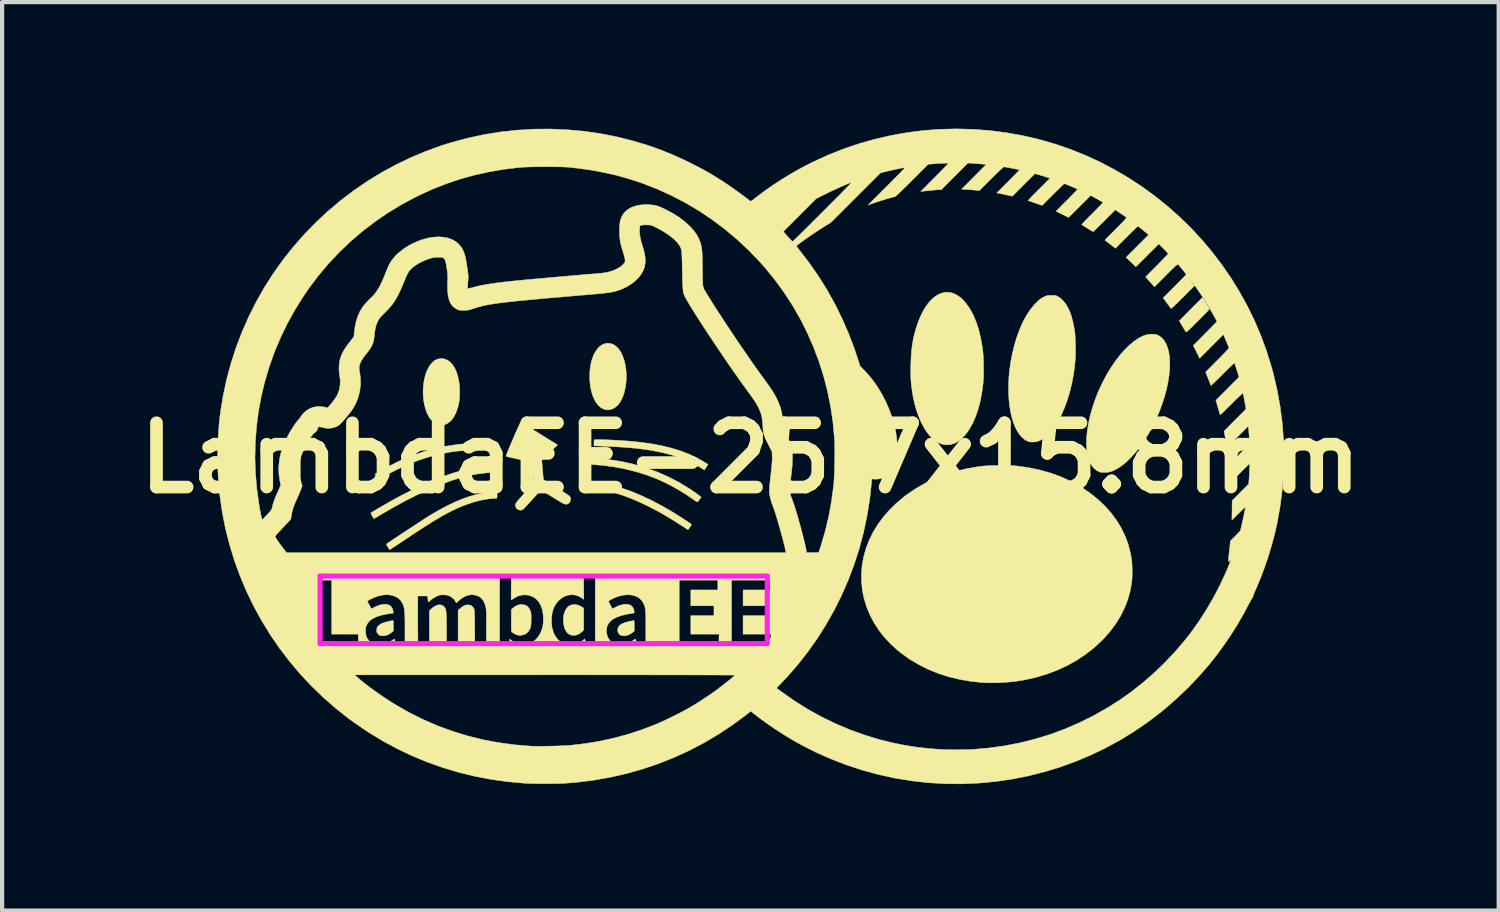
<source format=kicad_pcb>
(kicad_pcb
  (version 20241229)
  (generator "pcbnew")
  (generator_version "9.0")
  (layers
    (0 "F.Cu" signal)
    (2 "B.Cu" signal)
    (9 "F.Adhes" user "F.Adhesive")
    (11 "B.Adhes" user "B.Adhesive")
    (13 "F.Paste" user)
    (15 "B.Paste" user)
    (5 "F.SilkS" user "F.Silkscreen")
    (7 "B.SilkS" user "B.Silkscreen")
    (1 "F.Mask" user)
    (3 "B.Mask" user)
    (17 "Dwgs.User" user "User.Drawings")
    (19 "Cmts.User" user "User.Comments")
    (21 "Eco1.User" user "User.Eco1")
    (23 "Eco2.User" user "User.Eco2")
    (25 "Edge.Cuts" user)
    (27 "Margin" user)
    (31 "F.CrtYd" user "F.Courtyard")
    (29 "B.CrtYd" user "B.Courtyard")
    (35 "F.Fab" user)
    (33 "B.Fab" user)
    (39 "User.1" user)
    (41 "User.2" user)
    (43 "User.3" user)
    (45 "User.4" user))
  (footprint "LambdaEE-25.7x15.8mm"
    (layer "F.Cu")
    (at 14.739 7.807)
    (property "Reference" "LambdaEE-25.7x15.8mm" (at 0 0 0) (layer "F.SilkS") (effects (font (size 1.524 1.524) (thickness 0.3))))
    (attr exclude_from_pos_files exclude_from_bom)
    (fp_poly (pts (xy -4.11 3.481) (xy -4.042 3.504) (xy -3.994 3.531) (xy -3.952 3.559) (xy -3.952 4.08) (xy -3.995 4.122) (xy -4.053 4.167) (xy -4.117 4.195) (xy -4.183 4.207) (xy -4.248 4.199) (xy -4.283 4.187) (xy -4.333 4.153) (xy -4.374 4.103) (xy -4.404 4.039) (xy -4.409 4.023) (xy -4.43 3.926) (xy -4.435 3.83) (xy -4.427 3.738) (xy -4.404 3.654) (xy -4.368 3.581) (xy -4.343 3.547) (xy -4.297 3.507) (xy -4.24 3.483) (xy -4.177 3.474) (xy -4.11 3.481)) (stroke (width 0.01) (type solid)) (fill yes) (layer "F.SilkS"))
    (fp_poly (pts (xy -2.76 3.856) (xy -2.756 3.866) (xy -2.754 3.887) (xy -2.753 3.921) (xy -2.753 3.972) (xy -2.753 3.977) (xy -2.753 4.103) (xy -2.797 4.139) (xy -2.86 4.181) (xy -2.925 4.207) (xy -2.99 4.217) (xy -3.051 4.21) (xy -3.075 4.202) (xy -3.112 4.175) (xy -3.136 4.138) (xy -3.147 4.094) (xy -3.144 4.047) (xy -3.126 4.003) (xy -3.096 3.966) (xy -3.069 3.946) (xy -3.039 3.928) (xy -3.004 3.913) (xy -2.959 3.898) (xy -2.903 3.883) (xy -2.831 3.867) (xy -2.776 3.855) (xy -2.767 3.854) (xy -2.76 3.856)) (stroke (width 0.01) (type solid)) (fill yes) (layer "F.SilkS"))
    (fp_poly (pts (xy -8.47 3.856) (xy -8.466 3.866) (xy -8.464 3.887) (xy -8.463 3.921) (xy -8.463 3.972) (xy -8.463 3.976) (xy -8.463 4.102) (xy -8.517 4.144) (xy -8.553 4.169) (xy -8.591 4.19) (xy -8.615 4.201) (xy -8.656 4.211) (xy -8.703 4.215) (xy -8.748 4.214) (xy -8.783 4.207) (xy -8.784 4.207) (xy -8.804 4.193) (xy -8.827 4.171) (xy -8.833 4.165) (xy -8.849 4.143) (xy -8.857 4.123) (xy -8.859 4.097) (xy -8.857 4.07) (xy -8.854 4.035) (xy -8.846 4.011) (xy -8.831 3.99) (xy -8.807 3.968) (xy -8.752 3.93) (xy -8.679 3.899) (xy -8.59 3.875) (xy -8.57 3.871) (xy -8.533 3.864) (xy -8.501 3.858) (xy -8.486 3.855) (xy -8.477 3.854) (xy -8.47 3.856)) (stroke (width 0.01) (type solid)) (fill yes) (layer "F.SilkS"))
    (fp_poly (pts (xy -3.797 0.555) (xy -3.565 0.585) (xy -3.328 0.634) (xy -3.086 0.701) (xy -2.837 0.787) (xy -2.584 0.892) (xy -2.323 1.016) (xy -2.057 1.158) (xy -1.872 1.266) (xy -1.814 1.301) (xy -1.752 1.34) (xy -1.688 1.38) (xy -1.624 1.42) (xy -1.564 1.459) (xy -1.51 1.495) (xy -1.464 1.525) (xy -1.428 1.55) (xy -1.405 1.567) (xy -1.398 1.573) (xy -1.401 1.585) (xy -1.414 1.608) (xy -1.433 1.638) (xy -1.436 1.642) (xy -1.478 1.703) (xy -1.631 1.602) (xy -1.881 1.444) (xy -2.127 1.299) (xy -2.37 1.17) (xy -2.607 1.055) (xy -2.838 0.956) (xy -3.062 0.873) (xy -3.278 0.807) (xy -3.485 0.757) (xy -3.631 0.731) (xy -3.685 0.723) (xy -3.737 0.717) (xy -3.781 0.713) (xy -3.811 0.711) (xy -3.813 0.711) (xy -3.861 0.711) (xy -3.861 0.549) (xy -3.797 0.555)) (stroke (width 0.01) (type solid)) (fill yes) (layer "F.SilkS"))
    (fp_poly (pts (xy -3.326 -2.717) (xy -3.257 -2.695) (xy -3.192 -2.653) (xy -3.131 -2.594) (xy -3.075 -2.516) (xy -3.048 -2.464) (xy -3.005 -2.358) (xy -2.973 -2.243) (xy -2.952 -2.121) (xy -2.942 -1.996) (xy -2.942 -1.869) (xy -2.952 -1.744) (xy -2.973 -1.624) (xy -3.003 -1.511) (xy -3.042 -1.409) (xy -3.091 -1.32) (xy -3.137 -1.26) (xy -3.198 -1.204) (xy -3.265 -1.165) (xy -3.335 -1.143) (xy -3.405 -1.14) (xy -3.461 -1.152) (xy -3.531 -1.185) (xy -3.595 -1.237) (xy -3.651 -1.305) (xy -3.7 -1.388) (xy -3.741 -1.485) (xy -3.773 -1.595) (xy -3.796 -1.715) (xy -3.808 -1.845) (xy -3.81 -1.928) (xy -3.805 -2.071) (xy -3.788 -2.2) (xy -3.76 -2.318) (xy -3.72 -2.429) (xy -3.702 -2.467) (xy -3.651 -2.555) (xy -3.594 -2.624) (xy -3.531 -2.675) (xy -3.464 -2.707) (xy -3.395 -2.722) (xy -3.326 -2.717)) (stroke (width 0.01) (type solid)) (fill yes) (layer "F.SilkS"))
    (fp_poly (pts (xy -5.363 3.481) (xy -5.31 3.5) (xy -5.268 3.535) (xy -5.232 3.588) (xy -5.22 3.612) (xy -5.211 3.633) (xy -5.205 3.654) (xy -5.201 3.679) (xy -5.198 3.711) (xy -5.197 3.756) (xy -5.197 3.816) (xy -5.197 3.82) (xy -5.198 3.896) (xy -5.202 3.956) (xy -5.21 4.004) (xy -5.223 4.044) (xy -5.241 4.08) (xy -5.266 4.116) (xy -5.267 4.118) (xy -5.31 4.159) (xy -5.365 4.188) (xy -5.427 4.203) (xy -5.49 4.204) (xy -5.527 4.197) (xy -5.558 4.184) (xy -5.596 4.165) (xy -5.632 4.145) (xy -5.652 4.132) (xy -5.657 4.126) (xy -5.661 4.116) (xy -5.664 4.101) (xy -5.666 4.077) (xy -5.668 4.042) (xy -5.669 3.994) (xy -5.669 3.93) (xy -5.669 3.855) (xy -5.669 3.592) (xy -5.626 3.556) (xy -5.568 3.514) (xy -5.514 3.488) (xy -5.459 3.476) (xy -5.428 3.475) (xy -5.363 3.481)) (stroke (width 0.01) (type solid)) (fill yes) (layer "F.SilkS"))
    (fp_poly (pts (xy 10.762 -3.733) (xy 10.802 -3.668) (xy 10.836 -3.614) (xy 10.86 -3.572) (xy 10.876 -3.543) (xy 10.881 -3.529) (xy 10.874 -3.52) (xy 10.855 -3.499) (xy 10.824 -3.466) (xy 10.783 -3.424) (xy 10.734 -3.374) (xy 10.678 -3.318) (xy 10.618 -3.257) (xy 10.608 -3.247) (xy 10.538 -3.178) (xy 10.482 -3.121) (xy 10.436 -3.076) (xy 10.401 -3.042) (xy 10.374 -3.018) (xy 10.355 -3.002) (xy 10.342 -2.992) (xy 10.333 -2.989) (xy 10.327 -2.99) (xy 10.322 -2.994) (xy 10.32 -2.998) (xy 10.296 -3.036) (xy 10.27 -3.079) (xy 10.243 -3.124) (xy 10.217 -3.166) (xy 10.196 -3.204) (xy 10.179 -3.232) (xy 10.171 -3.248) (xy 10.17 -3.25) (xy 10.177 -3.258) (xy 10.197 -3.279) (xy 10.228 -3.312) (xy 10.269 -3.353) (xy 10.318 -3.403) (xy 10.373 -3.459) (xy 10.434 -3.52) (xy 10.444 -3.53) (xy 10.717 -3.803) (xy 10.762 -3.733)) (stroke (width 0.01) (type solid)) (fill yes) (layer "F.SilkS"))
    (fp_poly (pts (xy -7.25 -2.347) (xy -7.181 -2.319) (xy -7.117 -2.273) (xy -7.06 -2.211) (xy -7.01 -2.133) (xy -6.968 -2.041) (xy -6.935 -1.935) (xy -6.91 -1.817) (xy -6.895 -1.688) (xy -6.891 -1.626) (xy -6.892 -1.474) (xy -6.905 -1.335) (xy -6.933 -1.207) (xy -6.974 -1.087) (xy -6.994 -1.041) (xy -7.042 -0.956) (xy -7.097 -0.886) (xy -7.159 -0.833) (xy -7.224 -0.796) (xy -7.293 -0.778) (xy -7.364 -0.779) (xy -7.376 -0.782) (xy -7.439 -0.802) (xy -7.498 -0.838) (xy -7.55 -0.884) (xy -7.608 -0.957) (xy -7.657 -1.044) (xy -7.696 -1.145) (xy -7.726 -1.255) (xy -7.747 -1.373) (xy -7.758 -1.495) (xy -7.759 -1.619) (xy -7.75 -1.742) (xy -7.731 -1.862) (xy -7.702 -1.975) (xy -7.663 -2.079) (xy -7.614 -2.172) (xy -7.596 -2.199) (xy -7.539 -2.266) (xy -7.479 -2.314) (xy -7.414 -2.344) (xy -7.343 -2.356) (xy -7.324 -2.357) (xy -7.25 -2.347)) (stroke (width 0.01) (type solid)) (fill yes) (layer "F.SilkS"))
    (fp_poly (pts (xy -6.365 -0.342) (xy -6.347 -0.341) (xy -6.228 -0.333) (xy -6.228 -0.271) (xy -6.229 -0.236) (xy -6.233 -0.209) (xy -6.236 -0.197) (xy -6.247 -0.193) (xy -6.276 -0.19) (xy -6.323 -0.188) (xy -6.389 -0.186) (xy -6.475 -0.186) (xy -6.492 -0.186) (xy -6.717 -0.18) (xy -6.931 -0.164) (xy -7.139 -0.136) (xy -7.347 -0.096) (xy -7.56 -0.042) (xy -7.691 -0.003) (xy -7.851 0.05) (xy -8.021 0.115) (xy -8.195 0.189) (xy -8.367 0.269) (xy -8.534 0.354) (xy -8.688 0.439) (xy -8.689 0.44) (xy -8.819 0.516) (xy -8.859 0.449) (xy -8.899 0.382) (xy -8.821 0.335) (xy -8.563 0.191) (xy -8.3 0.062) (xy -8.031 -0.05) (xy -7.76 -0.145) (xy -7.488 -0.222) (xy -7.216 -0.28) (xy -6.947 -0.32) (xy -6.903 -0.325) (xy -6.817 -0.332) (xy -6.722 -0.337) (xy -6.624 -0.341) (xy -6.528 -0.344) (xy -6.44 -0.344) (xy -6.365 -0.342)) (stroke (width 0.01) (type solid)) (fill yes) (layer "F.SilkS"))
    (fp_poly (pts (xy -3.757 0.000104) (xy -3.724 0.001) (xy -3.676 0.005) (xy -3.616 0.009) (xy -3.549 0.016) (xy -3.478 0.022) (xy -3.41 0.03) (xy -3.353 0.037) (xy -3.06 0.083) (xy -2.772 0.147) (xy -2.49 0.229) (xy -2.215 0.328) (xy -1.95 0.445) (xy -1.694 0.577) (xy -1.45 0.725) (xy -1.345 0.795) (xy -1.3 0.827) (xy -1.258 0.858) (xy -1.224 0.883) (xy -1.201 0.901) (xy -1.199 0.902) (xy -1.165 0.931) (xy -1.208 0.986) (xy -1.231 1.014) (xy -1.249 1.035) (xy -1.258 1.044) (xy -1.258 1.044) (xy -1.268 1.039) (xy -1.292 1.024) (xy -1.326 1.001) (xy -1.367 0.973) (xy -1.392 0.955) (xy -1.535 0.858) (xy -1.692 0.762) (xy -1.857 0.669) (xy -2.024 0.584) (xy -2.187 0.509) (xy -2.256 0.48) (xy -2.484 0.395) (xy -2.725 0.322) (xy -2.972 0.261) (xy -3.221 0.213) (xy -3.466 0.179) (xy -3.592 0.168) (xy -3.64 0.164) (xy -3.69 0.16) (xy -3.731 0.156) (xy -3.731 0.156) (xy -3.79 0.15) (xy -3.79 0) (xy -3.757 0.000104)) (stroke (width 0.01) (type solid)) (fill yes) (layer "F.SilkS"))
    (fp_poly (pts (xy -3.554 -0.435) (xy -3.483 -0.433) (xy -3.404 -0.431) (xy -3.319 -0.427) (xy -3.229 -0.423) (xy -3.137 -0.418) (xy -3.045 -0.412) (xy -2.956 -0.406) (xy -2.896 -0.401) (xy -2.612 -0.374) (xy -2.345 -0.336) (xy -2.096 -0.289) (xy -1.863 -0.232) (xy -1.646 -0.165) (xy -1.445 -0.087) (xy -1.26 0.001) (xy -1.089 0.099) (xy -1.079 0.106) (xy -1.004 0.153) (xy -1.022 0.181) (xy -1.054 0.229) (xy -1.076 0.263) (xy -1.089 0.281) (xy -1.091 0.284) (xy -1.1 0.279) (xy -1.121 0.265) (xy -1.153 0.245) (xy -1.173 0.233) (xy -1.322 0.147) (xy -1.485 0.069) (xy -1.66 -0.002) (xy -1.842 -0.063) (xy -1.881 -0.075) (xy -2.021 -0.112) (xy -2.166 -0.145) (xy -2.318 -0.174) (xy -2.479 -0.2) (xy -2.651 -0.222) (xy -2.835 -0.24) (xy -3.034 -0.256) (xy -3.25 -0.269) (xy -3.483 -0.279) (xy -3.518 -0.281) (xy -3.708 -0.288) (xy -3.708 -0.355) (xy -3.707 -0.391) (xy -3.704 -0.419) (xy -3.701 -0.432) (xy -3.689 -0.435) (xy -3.659 -0.436) (xy -3.613 -0.436) (xy -3.554 -0.435)) (stroke (width 0.01) (type solid)) (fill yes) (layer "F.SilkS"))
    (fp_poly (pts (xy -6.11 0.266) (xy -6.114 0.302) (xy -6.117 0.329) (xy -6.119 0.341) (xy -6.119 0.341) (xy -6.129 0.342) (xy -6.156 0.345) (xy -6.196 0.349) (xy -6.245 0.353) (xy -6.265 0.354) (xy -6.464 0.378) (xy -6.675 0.419) (xy -6.897 0.476) (xy -7.13 0.55) (xy -7.375 0.641) (xy -7.63 0.748) (xy -7.897 0.872) (xy -8.175 1.013) (xy -8.464 1.171) (xy -8.763 1.344) (xy -8.813 1.374) (xy -8.857 1.4) (xy -8.891 1.42) (xy -8.914 1.434) (xy -8.921 1.438) (xy -8.929 1.432) (xy -8.943 1.412) (xy -8.962 1.382) (xy -8.966 1.375) (xy -8.983 1.342) (xy -8.994 1.316) (xy -8.996 1.302) (xy -8.995 1.301) (xy -8.984 1.294) (xy -8.958 1.277) (xy -8.921 1.255) (xy -8.875 1.227) (xy -8.824 1.197) (xy -8.546 1.036) (xy -8.276 0.889) (xy -8.014 0.756) (xy -7.761 0.636) (xy -7.518 0.53) (xy -7.285 0.438) (xy -7.062 0.362) (xy -6.852 0.299) (xy -6.653 0.252) (xy -6.556 0.234) (xy -6.467 0.22) (xy -6.378 0.209) (xy -6.293 0.2) (xy -6.217 0.195) (xy -6.165 0.193) (xy -6.103 0.193) (xy -6.11 0.266)) (stroke (width 0.01) (type solid)) (fill yes) (layer "F.SilkS"))
    (fp_poly (pts (xy -6.005 0.877) (xy -6.005 0.917) (xy -6.007 0.94) (xy -6.012 0.951) (xy -6.021 0.955) (xy -6.027 0.955) (xy -6.144 0.962) (xy -6.273 0.98) (xy -6.407 1.006) (xy -6.543 1.041) (xy -6.624 1.067) (xy -6.72 1.1) (xy -6.814 1.135) (xy -6.908 1.174) (xy -7.003 1.217) (xy -7.101 1.265) (xy -7.204 1.318) (xy -7.313 1.379) (xy -7.429 1.447) (xy -7.555 1.524) (xy -7.692 1.61) (xy -7.841 1.706) (xy -8.004 1.813) (xy -8.071 1.858) (xy -8.154 1.913) (xy -8.233 1.966) (xy -8.305 2.014) (xy -8.37 2.057) (xy -8.426 2.093) (xy -8.47 2.122) (xy -8.501 2.142) (xy -8.516 2.152) (xy -8.554 2.175) (xy -8.595 2.111) (xy -8.615 2.078) (xy -8.626 2.058) (xy -8.628 2.045) (xy -8.622 2.037) (xy -8.618 2.034) (xy -8.598 2.02) (xy -8.563 1.995) (xy -8.514 1.963) (xy -8.455 1.923) (xy -8.386 1.877) (xy -8.31 1.827) (xy -8.229 1.774) (xy -8.145 1.718) (xy -8.059 1.662) (xy -7.974 1.606) (xy -7.892 1.553) (xy -7.815 1.502) (xy -7.744 1.456) (xy -7.682 1.416) (xy -7.63 1.383) (xy -7.591 1.358) (xy -7.569 1.345) (xy -7.365 1.227) (xy -7.173 1.125) (xy -6.989 1.038) (xy -6.814 0.966) (xy -6.646 0.907) (xy -6.483 0.862) (xy -6.323 0.83) (xy -6.167 0.811) (xy -6.117 0.807) (xy -6.005 0.8) (xy -6.005 0.877)) (stroke (width 0.01) (type solid)) (fill yes) (layer "F.SilkS"))
    (fp_poly (pts (xy 9.547 -2.934) (xy 9.597 -2.93) (xy 9.636 -2.921) (xy 9.672 -2.905) (xy 9.681 -2.9) (xy 9.749 -2.852) (xy 9.807 -2.787) (xy 9.855 -2.707) (xy 9.892 -2.612) (xy 9.92 -2.504) (xy 9.937 -2.384) (xy 9.943 -2.253) (xy 9.94 -2.113) (xy 9.926 -1.963) (xy 9.902 -1.806) (xy 9.868 -1.642) (xy 9.823 -1.472) (xy 9.768 -1.298) (xy 9.703 -1.12) (xy 9.686 -1.077) (xy 9.609 -0.899) (xy 9.524 -0.728) (xy 9.433 -0.564) (xy 9.336 -0.41) (xy 9.236 -0.266) (xy 9.132 -0.134) (xy 9.026 -0.015) (xy 8.918 0.089) (xy 8.811 0.178) (xy 8.705 0.249) (xy 8.601 0.302) (xy 8.587 0.308) (xy 8.541 0.324) (xy 8.5 0.334) (xy 8.455 0.34) (xy 8.412 0.342) (xy 8.367 0.342) (xy 8.327 0.341) (xy 8.299 0.338) (xy 8.291 0.336) (xy 8.217 0.302) (xy 8.151 0.249) (xy 8.093 0.181) (xy 8.046 0.097) (xy 8.011 0.000446) (xy 8.003 -0.03) (xy 7.978 -0.165) (xy 7.968 -0.313) (xy 7.97 -0.472) (xy 7.986 -0.642) (xy 8.015 -0.82) (xy 8.056 -1.005) (xy 8.109 -1.194) (xy 8.175 -1.388) (xy 8.211 -1.483) (xy 8.288 -1.663) (xy 8.372 -1.837) (xy 8.463 -2.003) (xy 8.56 -2.16) (xy 8.661 -2.307) (xy 8.765 -2.442) (xy 8.872 -2.563) (xy 8.98 -2.67) (xy 9.088 -2.761) (xy 9.195 -2.834) (xy 9.27 -2.875) (xy 9.348 -2.908) (xy 9.418 -2.927) (xy 9.489 -2.935) (xy 9.547 -2.934)) (stroke (width 0.01) (type solid)) (fill yes) (layer "F.SilkS"))
    (fp_poly (pts (xy 4.71 -3.927) (xy 4.797 -3.908) (xy 4.884 -3.87) (xy 4.97 -3.812) (xy 5.033 -3.756) (xy 5.125 -3.651) (xy 5.209 -3.528) (xy 5.284 -3.389) (xy 5.35 -3.233) (xy 5.407 -3.061) (xy 5.454 -2.875) (xy 5.491 -2.675) (xy 5.513 -2.515) (xy 5.519 -2.439) (xy 5.524 -2.349) (xy 5.528 -2.25) (xy 5.529 -2.146) (xy 5.529 -2.042) (xy 5.528 -1.943) (xy 5.524 -1.855) (xy 5.519 -1.78) (xy 5.518 -1.773) (xy 5.488 -1.551) (xy 5.449 -1.344) (xy 5.399 -1.153) (xy 5.338 -0.977) (xy 5.268 -0.819) (xy 5.188 -0.677) (xy 5.179 -0.663) (xy 5.101 -0.556) (xy 5.018 -0.467) (xy 4.933 -0.398) (xy 4.844 -0.349) (xy 4.753 -0.32) (xy 4.66 -0.31) (xy 4.597 -0.315) (xy 4.509 -0.338) (xy 4.423 -0.38) (xy 4.341 -0.44) (xy 4.261 -0.517) (xy 4.186 -0.61) (xy 4.116 -0.719) (xy 4.051 -0.841) (xy 3.992 -0.976) (xy 3.94 -1.123) (xy 3.895 -1.281) (xy 3.858 -1.448) (xy 3.846 -1.517) (xy 3.831 -1.617) (xy 3.819 -1.708) (xy 3.81 -1.796) (xy 3.804 -1.886) (xy 3.802 -1.98) (xy 3.801 -2.086) (xy 3.803 -2.207) (xy 3.803 -2.208) (xy 3.809 -2.375) (xy 3.819 -2.527) (xy 3.836 -2.668) (xy 3.858 -2.802) (xy 3.888 -2.934) (xy 3.925 -3.067) (xy 3.952 -3.15) (xy 4.008 -3.301) (xy 4.07 -3.437) (xy 4.138 -3.557) (xy 4.21 -3.661) (xy 4.287 -3.749) (xy 4.367 -3.82) (xy 4.45 -3.873) (xy 4.535 -3.909) (xy 4.622 -3.928) (xy 4.71 -3.927)) (stroke (width 0.01) (type solid)) (fill yes) (layer "F.SilkS"))
    (fp_poly (pts (xy 7.137 -3.856) (xy 7.188 -3.855) (xy 7.224 -3.852) (xy 7.251 -3.846) (xy 7.274 -3.837) (xy 7.28 -3.834) (xy 7.36 -3.78) (xy 7.432 -3.709) (xy 7.497 -3.62) (xy 7.553 -3.513) (xy 7.602 -3.388) (xy 7.642 -3.245) (xy 7.676 -3.083) (xy 7.687 -3.013) (xy 7.694 -2.951) (xy 7.7 -2.874) (xy 7.705 -2.786) (xy 7.708 -2.691) (xy 7.709 -2.595) (xy 7.709 -2.5) (xy 7.707 -2.414) (xy 7.704 -2.339) (xy 7.702 -2.322) (xy 7.681 -2.12) (xy 7.651 -1.924) (xy 7.613 -1.733) (xy 7.567 -1.55) (xy 7.514 -1.376) (xy 7.455 -1.211) (xy 7.39 -1.057) (xy 7.319 -0.916) (xy 7.244 -0.788) (xy 7.164 -0.675) (xy 7.08 -0.578) (xy 6.993 -0.498) (xy 6.904 -0.436) (xy 6.863 -0.415) (xy 6.819 -0.396) (xy 6.78 -0.386) (xy 6.735 -0.38) (xy 6.711 -0.379) (xy 6.669 -0.379) (xy 6.632 -0.381) (xy 6.607 -0.384) (xy 6.604 -0.385) (xy 6.525 -0.421) (xy 6.453 -0.476) (xy 6.387 -0.547) (xy 6.328 -0.634) (xy 6.277 -0.735) (xy 6.232 -0.85) (xy 6.194 -0.976) (xy 6.164 -1.114) (xy 6.142 -1.261) (xy 6.127 -1.416) (xy 6.12 -1.578) (xy 6.12 -1.746) (xy 6.129 -1.919) (xy 6.146 -2.096) (xy 6.172 -2.274) (xy 6.206 -2.454) (xy 6.248 -2.633) (xy 6.299 -2.811) (xy 6.32 -2.875) (xy 6.39 -3.064) (xy 6.465 -3.233) (xy 6.548 -3.385) (xy 6.638 -3.519) (xy 6.735 -3.637) (xy 6.771 -3.674) (xy 6.818 -3.72) (xy 6.857 -3.754) (xy 6.891 -3.78) (xy 6.926 -3.802) (xy 6.954 -3.816) (xy 6.992 -3.834) (xy 7.022 -3.846) (xy 7.049 -3.852) (xy 7.082 -3.855) (xy 7.127 -3.856) (xy 7.137 -3.856)) (stroke (width 0.01) (type solid)) (fill yes) (layer "F.SilkS"))
    (fp_poly (pts (xy 6.014 0.179) (xy 6.107 0.18) (xy 6.192 0.182) (xy 6.265 0.185) (xy 6.323 0.19) (xy 6.335 0.191) (xy 6.609 0.231) (xy 6.872 0.287) (xy 7.125 0.359) (xy 7.366 0.447) (xy 7.594 0.551) (xy 7.81 0.669) (xy 7.871 0.707) (xy 8.067 0.843) (xy 8.246 0.988) (xy 8.409 1.143) (xy 8.554 1.307) (xy 8.682 1.479) (xy 8.791 1.659) (xy 8.883 1.847) (xy 8.956 2.042) (xy 9.009 2.244) (xy 9.037 2.4) (xy 9.044 2.461) (xy 9.048 2.537) (xy 9.051 2.622) (xy 9.052 2.709) (xy 9.051 2.794) (xy 9.048 2.871) (xy 9.042 2.934) (xy 9.042 2.937) (xy 9.006 3.143) (xy 8.951 3.345) (xy 8.876 3.542) (xy 8.783 3.733) (xy 8.67 3.918) (xy 8.539 4.097) (xy 8.39 4.268) (xy 8.322 4.338) (xy 8.138 4.507) (xy 7.939 4.661) (xy 7.728 4.8) (xy 7.504 4.925) (xy 7.268 5.033) (xy 7.021 5.126) (xy 6.764 5.203) (xy 6.497 5.262) (xy 6.47 5.267) (xy 6.332 5.289) (xy 6.182 5.307) (xy 6.025 5.32) (xy 5.868 5.328) (xy 5.715 5.331) (xy 5.572 5.328) (xy 5.491 5.324) (xy 5.217 5.294) (xy 4.951 5.248) (xy 4.694 5.185) (xy 4.447 5.105) (xy 4.21 5.008) (xy 3.984 4.895) (xy 3.771 4.767) (xy 3.569 4.622) (xy 3.485 4.554) (xy 3.32 4.404) (xy 3.172 4.244) (xy 3.042 4.076) (xy 2.929 3.901) (xy 2.833 3.719) (xy 2.756 3.532) (xy 2.697 3.34) (xy 2.656 3.144) (xy 2.635 2.946) (xy 2.632 2.745) (xy 2.649 2.543) (xy 2.686 2.341) (xy 2.739 2.149) (xy 2.815 1.952) (xy 2.909 1.76) (xy 3.022 1.575) (xy 3.154 1.397) (xy 3.302 1.227) (xy 3.468 1.066) (xy 3.65 0.913) (xy 3.706 0.871) (xy 3.912 0.731) (xy 4.132 0.604) (xy 4.364 0.493) (xy 4.608 0.398) (xy 4.861 0.318) (xy 5.124 0.254) (xy 5.395 0.207) (xy 5.522 0.191) (xy 5.577 0.187) (xy 5.648 0.183) (xy 5.731 0.18) (xy 5.823 0.179) (xy 5.918 0.178) (xy 6.014 0.179)) (stroke (width 0.01) (type solid)) (fill yes) (layer "F.SilkS"))
    (fp_poly (pts (xy -5.435 -0.845) (xy -5.41 -0.83) (xy -5.371 -0.806) (xy -5.319 -0.774) (xy -5.257 -0.736) (xy -5.186 -0.692) (xy -5.107 -0.643) (xy -5.023 -0.591) (xy -5.004 -0.579) (xy -4.571 -0.31) (xy -4.758 -0.127) (xy -4.945 0.056) (xy -4.927 0.283) (xy -4.921 0.349) (xy -4.916 0.407) (xy -4.911 0.456) (xy -4.908 0.491) (xy -4.906 0.51) (xy -4.905 0.513) (xy -4.896 0.519) (xy -4.872 0.534) (xy -4.834 0.557) (xy -4.785 0.587) (xy -4.727 0.623) (xy -4.661 0.664) (xy -4.602 0.7) (xy -4.531 0.744) (xy -4.465 0.786) (xy -4.406 0.823) (xy -4.357 0.856) (xy -4.319 0.881) (xy -4.294 0.898) (xy -4.285 0.906) (xy -4.266 0.943) (xy -4.262 0.985) (xy -4.271 1.028) (xy -4.294 1.063) (xy -4.319 1.082) (xy -4.337 1.091) (xy -4.355 1.096) (xy -4.374 1.097) (xy -4.397 1.092) (xy -4.425 1.082) (xy -4.46 1.064) (xy -4.506 1.039) (xy -4.563 1.005) (xy -4.634 0.961) (xy -4.679 0.933) (xy -4.745 0.892) (xy -4.806 0.855) (xy -4.86 0.822) (xy -4.905 0.796) (xy -4.937 0.777) (xy -4.955 0.767) (xy -4.958 0.766) (xy -4.969 0.773) (xy -4.992 0.793) (xy -5.026 0.827) (xy -5.07 0.873) (xy -5.122 0.93) (xy -5.176 0.99) (xy -5.228 1.048) (xy -5.277 1.101) (xy -5.321 1.148) (xy -5.357 1.186) (xy -5.384 1.213) (xy -5.4 1.227) (xy -5.403 1.229) (xy -5.448 1.239) (xy -5.495 1.229) (xy -5.514 1.22) (xy -5.546 1.193) (xy -5.563 1.161) (xy -5.568 1.12) (xy -5.568 1.106) (xy -5.566 1.094) (xy -5.562 1.082) (xy -5.554 1.067) (xy -5.541 1.047) (xy -5.521 1.022) (xy -5.493 0.989) (xy -5.455 0.947) (xy -5.407 0.892) (xy -5.346 0.825) (xy -5.344 0.823) (xy -5.296 0.769) (xy -5.251 0.719) (xy -5.213 0.676) (xy -5.182 0.641) (xy -5.161 0.618) (xy -5.153 0.607) (xy -5.149 0.599) (xy -5.146 0.584) (xy -5.145 0.562) (xy -5.146 0.528) (xy -5.148 0.481) (xy -5.152 0.418) (xy -5.157 0.353) (xy -5.163 0.283) (xy -5.168 0.221) (xy -5.174 0.17) (xy -5.179 0.131) (xy -5.184 0.11) (xy -5.186 0.106) (xy -5.198 0.101) (xy -5.228 0.092) (xy -5.272 0.081) (xy -5.329 0.067) (xy -5.395 0.052) (xy -5.469 0.036) (xy -5.491 0.031) (xy -5.566 0.014) (xy -5.635 -0.001) (xy -5.694 -0.015) (xy -5.742 -0.026) (xy -5.776 -0.035) (xy -5.793 -0.04) (xy -5.795 -0.041) (xy -5.792 -0.051) (xy -5.783 -0.078) (xy -5.767 -0.118) (xy -5.746 -0.17) (xy -5.721 -0.231) (xy -5.692 -0.299) (xy -5.661 -0.372) (xy -5.629 -0.447) (xy -5.597 -0.522) (xy -5.565 -0.595) (xy -5.535 -0.662) (xy -5.508 -0.723) (xy -5.484 -0.775) (xy -5.465 -0.815) (xy -5.452 -0.841) (xy -5.445 -0.851) (xy -5.445 -0.851) (xy -5.435 -0.845)) (stroke (width 0.01) (type solid)) (fill yes) (layer "F.SilkS"))
    (fp_poly (pts (xy 5.287 -7.792) (xy 5.68 -7.761) (xy 6.072 -7.711) (xy 6.463 -7.641) (xy 6.472 -7.639) (xy 6.852 -7.55) (xy 7.224 -7.443) (xy 7.59 -7.317) (xy 7.947 -7.173) (xy 8.295 -7.013) (xy 8.634 -6.835) (xy 8.963 -6.642) (xy 9.282 -6.433) (xy 9.59 -6.209) (xy 9.887 -5.971) (xy 10.172 -5.718) (xy 10.444 -5.452) (xy 10.703 -5.174) (xy 10.948 -4.882) (xy 11.179 -4.579) (xy 11.395 -4.265) (xy 11.596 -3.939) (xy 11.781 -3.604) (xy 11.95 -3.259) (xy 12.101 -2.904) (xy 12.235 -2.541) (xy 12.351 -2.169) (xy 12.4 -1.991) (xy 12.49 -1.601) (xy 12.56 -1.209) (xy 12.61 -0.816) (xy 12.64 -0.422) (xy 12.649 -0.026) (xy 12.639 0.369) (xy 12.608 0.765) (xy 12.556 1.161) (xy 12.485 1.557) (xy 12.471 1.621) (xy 12.414 1.863) (xy 12.345 2.114) (xy 12.267 2.368) (xy 12.18 2.62) (xy 12.088 2.863) (xy 11.991 3.093) (xy 11.977 3.124) (xy 11.955 3.174) (xy 11.936 3.221) (xy 11.921 3.259) (xy 11.912 3.285) (xy 11.912 3.289) (xy 11.904 3.314) (xy 11.893 3.33) (xy 11.892 3.33) (xy 11.882 3.342) (xy 11.866 3.368) (xy 11.847 3.403) (xy 11.836 3.424) (xy 11.698 3.686) (xy 11.545 3.951) (xy 11.379 4.213) (xy 11.204 4.469) (xy 11.024 4.712) (xy 10.897 4.872) (xy 10.65 5.158) (xy 10.387 5.434) (xy 10.112 5.698) (xy 9.826 5.947) (xy 9.719 6.035) (xy 9.406 6.273) (xy 9.082 6.493) (xy 8.749 6.697) (xy 8.406 6.882) (xy 8.055 7.05) (xy 7.696 7.2) (xy 7.329 7.332) (xy 6.957 7.445) (xy 6.579 7.54) (xy 6.196 7.615) (xy 5.809 7.671) (xy 5.418 7.708) (xy 5.024 7.726) (xy 4.629 7.723) (xy 4.587 7.721) (xy 4.196 7.697) (xy 3.806 7.652) (xy 3.42 7.588) (xy 3.037 7.505) (xy 2.66 7.402) (xy 2.289 7.281) (xy 1.924 7.141) (xy 1.568 6.984) (xy 1.22 6.808) (xy 1.036 6.706) (xy 0.823 6.578) (xy 0.61 6.442) (xy 0.402 6.3) (xy 0.205 6.156) (xy 0.079 6.058) (xy 0.01 6.004) (xy -0.119 6.104) (xy -0.439 6.339) (xy -0.768 6.557) (xy -1.106 6.756) (xy -1.453 6.937) (xy -1.809 7.1) (xy -2.173 7.245) (xy -2.544 7.371) (xy -2.923 7.479) (xy -3.308 7.567) (xy -3.699 7.637) (xy -4.096 7.687) (xy -4.384 7.711) (xy -4.452 7.715) (xy -4.536 7.717) (xy -4.632 7.719) (xy -4.737 7.721) (xy -4.847 7.721) (xy -4.957 7.721) (xy -5.065 7.72) (xy -5.165 7.718) (xy -5.255 7.716) (xy -5.329 7.712) (xy -5.349 7.711) (xy -5.75 7.675) (xy -6.145 7.62) (xy -6.535 7.546) (xy -6.918 7.452) (xy -7.294 7.34) (xy -7.664 7.208) (xy -8.026 7.058) (xy -8.38 6.889) (xy -8.726 6.702) (xy -9.063 6.497) (xy -9.391 6.273) (xy -9.525 6.175) (xy -9.836 5.929) (xy -10.133 5.669) (xy -10.415 5.396) (xy -10.651 5.142) (xy -9.383 5.142) (xy -9.342 5.178) (xy -9.249 5.259) (xy -9.141 5.346) (xy -9.022 5.437) (xy -8.894 5.53) (xy -8.762 5.623) (xy -8.628 5.714) (xy -8.496 5.798) (xy -8.397 5.859) (xy -8.072 6.043) (xy -7.74 6.208) (xy -7.402 6.354) (xy -7.057 6.48) (xy -6.705 6.588) (xy -6.346 6.677) (xy -5.979 6.746) (xy -5.605 6.798) (xy -5.222 6.83) (xy -5.202 6.831) (xy -5.154 6.833) (xy -5.089 6.834) (xy -5.011 6.834) (xy -4.923 6.834) (xy -4.828 6.832) (xy -4.73 6.831) (xy -4.633 6.828) (xy -4.539 6.826) (xy -4.452 6.822) (xy -4.375 6.819) (xy -4.313 6.815) (xy -4.277 6.813) (xy -3.92 6.771) (xy -3.573 6.714) (xy -3.234 6.64) (xy -2.902 6.55) (xy -2.573 6.442) (xy -2.244 6.316) (xy -2.238 6.314) (xy -2.162 6.281) (xy -2.073 6.241) (xy -1.974 6.194) (xy -1.87 6.144) (xy -1.765 6.092) (xy -1.662 6.039) (xy -1.567 5.989) (xy -1.483 5.943) (xy -1.448 5.923) (xy -1.352 5.867) (xy -1.246 5.801) (xy -1.134 5.728) (xy -1.021 5.654) (xy -0.912 5.579) (xy -0.812 5.508) (xy -0.74 5.455) (xy 0.618 5.455) (xy 0.733 5.54) (xy 1.041 5.756) (xy 1.358 5.955) (xy 1.685 6.136) (xy 2.02 6.299) (xy 2.363 6.444) (xy 2.713 6.57) (xy 3.068 6.678) (xy 3.409 6.761) (xy 3.608 6.801) (xy 3.805 6.835) (xy 4.007 6.863) (xy 4.216 6.886) (xy 4.439 6.904) (xy 4.567 6.912) (xy 4.619 6.914) (xy 4.687 6.916) (xy 4.767 6.917) (xy 4.854 6.917) (xy 4.945 6.916) (xy 5.035 6.915) (xy 5.12 6.914) (xy 5.196 6.912) (xy 5.258 6.909) (xy 5.268 6.909) (xy 5.648 6.876) (xy 6.023 6.824) (xy 6.392 6.753) (xy 6.754 6.662) (xy 7.11 6.553) (xy 7.459 6.424) (xy 7.802 6.275) (xy 8.138 6.108) (xy 8.466 5.922) (xy 8.753 5.74) (xy 9.037 5.539) (xy 9.315 5.32) (xy 9.583 5.085) (xy 9.841 4.836) (xy 10.085 4.575) (xy 10.315 4.304) (xy 10.465 4.11) (xy 10.648 3.852) (xy 10.822 3.579) (xy 10.985 3.297) (xy 11.135 3.009) (xy 11.27 2.719) (xy 11.339 2.553) (xy 11.358 2.506) (xy 11.373 2.466) (xy 11.384 2.437) (xy 11.389 2.422) (xy 11.389 2.421) (xy 11.383 2.423) (xy 11.368 2.435) (xy 11.365 2.437) (xy 11.341 2.46) (xy 11.336 2.432) (xy 11.335 2.414) (xy 11.337 2.379) (xy 11.341 2.331) (xy 11.347 2.273) (xy 11.353 2.208) (xy 11.356 2.185) (xy 11.381 1.966) (xy 11.615 1.73) (xy 11.64 1.629) (xy 11.651 1.583) (xy 11.663 1.527) (xy 11.677 1.465) (xy 11.69 1.402) (xy 11.703 1.339) (xy 11.715 1.282) (xy 11.724 1.233) (xy 11.731 1.196) (xy 11.735 1.174) (xy 11.735 1.17) (xy 11.728 1.172) (xy 11.709 1.187) (xy 11.679 1.213) (xy 11.64 1.25) (xy 11.593 1.295) (xy 11.575 1.313) (xy 11.415 1.473) (xy 11.421 1.011) (xy 11.813 0.615) (xy 11.82 0.525) (xy 11.823 0.482) (xy 11.826 0.424) (xy 11.829 0.36) (xy 11.832 0.296) (xy 11.833 0.282) (xy 11.839 0.127) (xy 11.62 0.344) (xy 11.401 0.562) (xy 11.396 0.507) (xy 11.392 0.477) (xy 11.388 0.432) (xy 11.382 0.377) (xy 11.376 0.319) (xy 11.374 0.3) (xy 11.359 0.148) (xy 11.598 -0.092) (xy 11.838 -0.332) (xy 11.826 -0.504) (xy 11.821 -0.564) (xy 11.817 -0.62) (xy 11.813 -0.667) (xy 11.809 -0.701) (xy 11.807 -0.714) (xy 11.801 -0.752) (xy 11.552 -0.503) (xy 11.303 -0.254) (xy 11.266 -0.444) (xy 11.229 -0.635) (xy 11.488 -0.896) (xy 11.748 -1.156) (xy 11.741 -1.211) (xy 11.736 -1.241) (xy 11.729 -1.283) (xy 11.72 -1.333) (xy 11.71 -1.385) (xy 11.7 -1.436) (xy 11.691 -1.481) (xy 11.683 -1.514) (xy 11.678 -1.533) (xy 11.678 -1.534) (xy 11.67 -1.531) (xy 11.648 -1.514) (xy 11.612 -1.482) (xy 11.562 -1.435) (xy 11.499 -1.374) (xy 11.422 -1.297) (xy 11.405 -1.28) (xy 11.336 -1.211) (xy 11.28 -1.156) (xy 11.235 -1.112) (xy 11.201 -1.079) (xy 11.175 -1.055) (xy 11.157 -1.04) (xy 11.145 -1.032) (xy 11.137 -1.03) (xy 11.133 -1.033) (xy 11.13 -1.039) (xy 11.13 -1.042) (xy 11.124 -1.062) (xy 11.114 -1.098) (xy 11.101 -1.144) (xy 11.085 -1.196) (xy 11.079 -1.219) (xy 11.035 -1.367) (xy 11.584 -1.917) (xy 11.533 -2.082) (xy 11.516 -2.137) (xy 11.501 -2.185) (xy 11.488 -2.222) (xy 11.48 -2.246) (xy 11.476 -2.253) (xy 11.468 -2.248) (xy 11.447 -2.229) (xy 11.415 -2.2) (xy 11.373 -2.16) (xy 11.323 -2.112) (xy 11.268 -2.057) (xy 11.207 -1.997) (xy 11.196 -1.986) (xy 11.135 -1.925) (xy 11.079 -1.869) (xy 11.028 -1.82) (xy 10.985 -1.778) (xy 10.952 -1.747) (xy 10.929 -1.726) (xy 10.919 -1.718) (xy 10.919 -1.717) (xy 10.914 -1.728) (xy 10.903 -1.754) (xy 10.888 -1.793) (xy 10.869 -1.841) (xy 10.854 -1.88) (xy 10.792 -2.037) (xy 11.072 -2.318) (xy 11.145 -2.392) (xy 11.205 -2.453) (xy 11.253 -2.502) (xy 11.289 -2.541) (xy 11.315 -2.57) (xy 11.333 -2.592) (xy 11.342 -2.607) (xy 11.345 -2.616) (xy 11.345 -2.618) (xy 11.338 -2.633) (xy 11.326 -2.664) (xy 11.308 -2.706) (xy 11.287 -2.755) (xy 11.275 -2.782) (xy 11.213 -2.928) (xy 10.931 -2.646) (xy 10.65 -2.364) (xy 10.575 -2.516) (xy 10.5 -2.667) (xy 10.782 -2.951) (xy 11.063 -3.236) (xy 10.99 -3.368) (xy 10.898 -3.53) (xy 10.807 -3.681) (xy 10.712 -3.83) (xy 10.675 -3.886) (xy 10.634 -3.946) (xy 10.593 -4.006) (xy 10.554 -4.062) (xy 10.517 -4.113) (xy 10.486 -4.157) (xy 10.461 -4.19) (xy 10.444 -4.21) (xy 10.437 -4.216) (xy 10.44 -4.209) (xy 10.453 -4.189) (xy 10.473 -4.16) (xy 10.48 -4.149) (xy 10.528 -4.082) (xy 10.252 -3.806) (xy 10.181 -3.735) (xy 10.122 -3.677) (xy 10.075 -3.631) (xy 10.039 -3.597) (xy 10.011 -3.572) (xy 9.991 -3.556) (xy 9.978 -3.547) (xy 9.97 -3.545) (xy 9.966 -3.548) (xy 9.957 -3.562) (xy 9.938 -3.589) (xy 9.911 -3.625) (xy 9.88 -3.667) (xy 9.871 -3.68) (xy 9.785 -3.795) (xy 10.059 -4.069) (xy 10.12 -4.131) (xy 10.177 -4.188) (xy 10.227 -4.239) (xy 10.269 -4.283) (xy 10.302 -4.317) (xy 10.323 -4.341) (xy 10.333 -4.352) (xy 10.333 -4.352) (xy 10.327 -4.362) (xy 10.31 -4.385) (xy 10.286 -4.415) (xy 10.257 -4.452) (xy 10.225 -4.489) (xy 10.195 -4.526) (xy 10.168 -4.557) (xy 10.148 -4.58) (xy 10.137 -4.59) (xy 10.131 -4.59) (xy 10.119 -4.584) (xy 10.1 -4.57) (xy 10.074 -4.547) (xy 10.038 -4.514) (xy 9.992 -4.469) (xy 9.935 -4.413) (xy 9.865 -4.343) (xy 9.851 -4.329) (xy 9.579 -4.056) (xy 9.474 -4.175) (xy 9.37 -4.293) (xy 9.638 -4.562) (xy 9.698 -4.623) (xy 9.754 -4.68) (xy 9.803 -4.731) (xy 9.845 -4.774) (xy 9.877 -4.808) (xy 9.898 -4.831) (xy 9.906 -4.841) (xy 9.906 -4.841) (xy 9.899 -4.852) (xy 9.88 -4.874) (xy 9.852 -4.904) (xy 9.816 -4.941) (xy 9.794 -4.963) (xy 9.682 -5.075) (xy 9.411 -4.804) (xy 9.139 -4.533) (xy 9.022 -4.644) (xy 8.906 -4.755) (xy 9.173 -5.023) (xy 9.441 -5.291) (xy 9.317 -5.394) (xy 9.275 -5.429) (xy 9.237 -5.459) (xy 9.208 -5.481) (xy 9.191 -5.494) (xy 9.186 -5.497) (xy 9.178 -5.49) (xy 9.157 -5.47) (xy 9.124 -5.439) (xy 9.083 -5.398) (xy 9.033 -5.35) (xy 8.978 -5.295) (xy 8.918 -5.235) (xy 8.917 -5.234) (xy 8.654 -4.971) (xy 8.528 -5.069) (xy 8.403 -5.166) (xy 8.664 -5.428) (xy 8.733 -5.497) (xy 8.788 -5.553) (xy 8.832 -5.597) (xy 8.864 -5.632) (xy 8.887 -5.658) (xy 8.902 -5.677) (xy 8.91 -5.69) (xy 8.913 -5.698) (xy 8.911 -5.704) (xy 8.91 -5.704) (xy 8.897 -5.715) (xy 8.87 -5.735) (xy 8.833 -5.76) (xy 8.789 -5.79) (xy 8.773 -5.801) (xy 8.652 -5.883) (xy 8.392 -5.624) (xy 8.333 -5.564) (xy 8.277 -5.51) (xy 8.228 -5.461) (xy 8.187 -5.421) (xy 8.155 -5.39) (xy 8.135 -5.371) (xy 8.127 -5.364) (xy 8.117 -5.37) (xy 8.093 -5.383) (xy 8.06 -5.403) (xy 8.021 -5.427) (xy 7.978 -5.454) (xy 7.937 -5.479) (xy 7.901 -5.502) (xy 7.873 -5.52) (xy 7.857 -5.531) (xy 7.854 -5.533) (xy 7.86 -5.541) (xy 7.879 -5.562) (xy 7.909 -5.594) (xy 7.948 -5.635) (xy 7.996 -5.684) (xy 8.05 -5.739) (xy 8.108 -5.796) (xy 8.167 -5.856) (xy 8.221 -5.911) (xy 8.268 -5.959) (xy 8.308 -6) (xy 8.337 -6.031) (xy 8.356 -6.051) (xy 8.361 -6.059) (xy 8.349 -6.066) (xy 8.324 -6.081) (xy 8.288 -6.102) (xy 8.246 -6.125) (xy 8.203 -6.149) (xy 8.161 -6.172) (xy 8.14 -6.183) (xy 8.067 -6.222) (xy 7.805 -5.962) (xy 7.544 -5.702) (xy 7.395 -5.775) (xy 7.246 -5.849) (xy 7.504 -6.107) (xy 7.563 -6.166) (xy 7.617 -6.221) (xy 7.664 -6.27) (xy 7.703 -6.311) (xy 7.732 -6.343) (xy 7.75 -6.364) (xy 7.754 -6.372) (xy 7.742 -6.378) (xy 7.715 -6.391) (xy 7.677 -6.408) (xy 7.633 -6.427) (xy 7.585 -6.447) (xy 7.539 -6.466) (xy 7.498 -6.483) (xy 7.466 -6.495) (xy 7.447 -6.502) (xy 7.444 -6.502) (xy 7.434 -6.495) (xy 7.412 -6.476) (xy 7.379 -6.445) (xy 7.336 -6.404) (xy 7.286 -6.356) (xy 7.231 -6.301) (xy 7.174 -6.245) (xy 6.917 -5.987) (xy 6.753 -6.043) (xy 6.699 -6.062) (xy 6.651 -6.079) (xy 6.615 -6.092) (xy 6.591 -6.1) (xy 6.584 -6.103) (xy 6.59 -6.111) (xy 6.609 -6.131) (xy 6.639 -6.163) (xy 6.678 -6.204) (xy 6.726 -6.253) (xy 6.781 -6.308) (xy 6.84 -6.368) (xy 6.842 -6.369) (xy 7.104 -6.632) (xy 6.989 -6.668) (xy 6.936 -6.685) (xy 6.882 -6.701) (xy 6.835 -6.715) (xy 6.809 -6.722) (xy 6.745 -6.74) (xy 6.478 -6.473) (xy 6.211 -6.206) (xy 6.075 -6.236) (xy 6.02 -6.248) (xy 5.967 -6.259) (xy 5.923 -6.268) (xy 5.892 -6.274) (xy 5.889 -6.274) (xy 5.84 -6.282) (xy 6.112 -6.554) (xy 6.173 -6.615) (xy 6.229 -6.672) (xy 6.278 -6.722) (xy 6.32 -6.765) (xy 6.351 -6.798) (xy 6.372 -6.821) (xy 6.38 -6.83) (xy 6.38 -6.831) (xy 6.369 -6.834) (xy 6.342 -6.84) (xy 6.303 -6.848) (xy 6.256 -6.857) (xy 6.204 -6.867) (xy 6.152 -6.877) (xy 6.102 -6.886) (xy 6.06 -6.894) (xy 6.029 -6.899) (xy 6.017 -6.901) (xy 6.008 -6.899) (xy 5.994 -6.89) (xy 5.973 -6.873) (xy 5.944 -6.847) (xy 5.906 -6.812) (xy 5.857 -6.765) (xy 5.797 -6.706) (xy 5.724 -6.633) (xy 5.712 -6.622) (xy 5.43 -6.34) (xy 5.329 -6.349) (xy 5.272 -6.354) (xy 5.205 -6.36) (xy 5.141 -6.364) (xy 5.117 -6.366) (xy 5.006 -6.372) (xy 5.59 -6.957) (xy 5.536 -6.963) (xy 5.506 -6.966) (xy 5.462 -6.97) (xy 5.407 -6.974) (xy 5.347 -6.979) (xy 5.32 -6.981) (xy 5.158 -6.992) (xy 4.526 -6.36) (xy 4.481 -6.36) (xy 4.454 -6.359) (xy 4.411 -6.356) (xy 4.357 -6.351) (xy 4.295 -6.345) (xy 4.23 -6.339) (xy 4.166 -6.332) (xy 4.107 -6.326) (xy 4.091 -6.324) (xy 4.039 -6.317) (xy 4.366 -6.646) (xy 4.433 -6.714) (xy 4.496 -6.777) (xy 4.552 -6.834) (xy 4.601 -6.885) (xy 4.641 -6.926) (xy 4.671 -6.958) (xy 4.689 -6.977) (xy 4.694 -6.984) (xy 4.684 -6.987) (xy 4.658 -6.988) (xy 4.617 -6.988) (xy 4.566 -6.986) (xy 4.507 -6.984) (xy 4.443 -6.981) (xy 4.378 -6.976) (xy 4.315 -6.971) (xy 4.304 -6.97) (xy 4.214 -6.962) (xy 3.832 -6.58) (xy 3.759 -6.507) (xy 3.69 -6.439) (xy 3.626 -6.377) (xy 3.57 -6.321) (xy 3.521 -6.275) (xy 3.483 -6.238) (xy 3.455 -6.212) (xy 3.439 -6.199) (xy 3.437 -6.198) (xy 3.42 -6.195) (xy 3.388 -6.186) (xy 3.342 -6.174) (xy 3.287 -6.158) (xy 3.225 -6.14) (xy 3.16 -6.12) (xy 3.095 -6.1) (xy 3.033 -6.081) (xy 2.977 -6.062) (xy 2.931 -6.047) (xy 2.917 -6.042) (xy 2.79 -5.996) (xy 3.237 -6.443) (xy 3.328 -6.534) (xy 3.405 -6.612) (xy 3.47 -6.677) (xy 3.524 -6.732) (xy 3.567 -6.776) (xy 3.6 -6.81) (xy 3.625 -6.837) (xy 3.642 -6.857) (xy 3.652 -6.87) (xy 3.656 -6.878) (xy 3.655 -6.883) (xy 3.65 -6.884) (xy 3.643 -6.883) (xy 3.642 -6.883) (xy 3.606 -6.876) (xy 3.555 -6.866) (xy 3.493 -6.853) (xy 3.425 -6.839) (xy 3.356 -6.823) (xy 3.29 -6.808) (xy 3.231 -6.795) (xy 3.185 -6.783) (xy 3.181 -6.782) (xy 3.085 -6.758) (xy 1.905 -5.579) (xy 1.783 -5.506) (xy 1.725 -5.47) (xy 1.659 -5.428) (xy 1.586 -5.38) (xy 1.51 -5.329) (xy 1.433 -5.277) (xy 1.358 -5.225) (xy 1.286 -5.175) (xy 1.222 -5.129) (xy 1.167 -5.088) (xy 1.124 -5.054) (xy 1.095 -5.03) (xy 1.094 -5.029) (xy 1.097 -5.019) (xy 1.111 -4.996) (xy 1.133 -4.964) (xy 1.163 -4.926) (xy 1.171 -4.916) (xy 1.401 -4.617) (xy 1.618 -4.304) (xy 1.821 -3.979) (xy 2.008 -3.642) (xy 2.178 -3.296) (xy 2.332 -2.943) (xy 2.468 -2.583) (xy 2.54 -2.367) (xy 2.599 -2.179) (xy 2.71 -2.067) (xy 2.827 -1.938) (xy 2.937 -1.797) (xy 3.039 -1.646) (xy 3.132 -1.488) (xy 3.215 -1.323) (xy 3.289 -1.155) (xy 3.351 -0.985) (xy 3.402 -0.814) (xy 3.442 -0.645) (xy 3.468 -0.479) (xy 3.481 -0.319) (xy 3.481 -0.166) (xy 3.465 -0.023) (xy 3.438 0.099) (xy 3.399 0.205) (xy 3.349 0.296) (xy 3.289 0.372) (xy 3.219 0.431) (xy 3.14 0.473) (xy 3.054 0.497) (xy 2.962 0.503) (xy 2.932 0.501) (xy 2.9 0.498) (xy 2.883 0.5) (xy 2.876 0.506) (xy 2.875 0.515) (xy 2.874 0.54) (xy 2.871 0.581) (xy 2.866 0.635) (xy 2.86 0.698) (xy 2.853 0.766) (xy 2.845 0.836) (xy 2.838 0.904) (xy 2.83 0.966) (xy 2.824 1.011) (xy 2.761 1.399) (xy 2.679 1.782) (xy 2.578 2.16) (xy 2.458 2.531) (xy 2.32 2.896) (xy 2.164 3.253) (xy 1.991 3.601) (xy 1.8 3.94) (xy 1.593 4.269) (xy 1.369 4.587) (xy 1.129 4.893) (xy 0.874 5.187) (xy 0.738 5.331) (xy 0.618 5.455) (xy -0.74 5.455) (xy -0.74 5.455) (xy -0.681 5.409) (xy -0.621 5.363) (xy -0.563 5.316) (xy -0.508 5.272) (xy -0.459 5.232) (xy -0.419 5.198) (xy -0.388 5.172) (xy -0.37 5.154) (xy -0.366 5.149) (xy -0.376 5.148) (xy -0.406 5.148) (xy -0.455 5.147) (xy -0.522 5.147) (xy -0.607 5.146) (xy -0.708 5.146) (xy -0.827 5.145) (xy -0.961 5.145) (xy -1.11 5.144) (xy -1.274 5.144) (xy -1.452 5.144) (xy -1.643 5.143) (xy -1.846 5.143) (xy -2.062 5.143) (xy -2.289 5.143) (xy -2.526 5.142) (xy -2.773 5.142) (xy -3.03 5.142) (xy -3.295 5.142) (xy -3.569 5.142) (xy -3.85 5.141) (xy -4.137 5.141) (xy -4.431 5.141) (xy -4.73 5.141) (xy -4.874 5.141) (xy -9.383 5.142) (xy -10.651 5.142) (xy -10.681 5.11) (xy -10.933 4.812) (xy -11.168 4.502) (xy -11.387 4.182) (xy -11.59 3.851) (xy -11.776 3.511) (xy -11.945 3.162) (xy -12.057 2.896) (xy -10.201 2.896) (xy -10.201 4.296) (xy -10.154 4.353) (xy -10.108 4.409) (xy -9.296 4.409) (xy -9.296 4.176) (xy -9.926 4.176) (xy -9.926 4.052) (xy -9.123 4.052) (xy -9.123 4.09) (xy -9.122 4.119) (xy -9.115 4.185) (xy -9.102 4.237) (xy -9.079 4.284) (xy -9.044 4.33) (xy -9.041 4.334) (xy -8.994 4.374) (xy -8.933 4.407) (xy -8.866 4.429) (xy -8.799 4.439) (xy -8.776 4.437) (xy -8.741 4.432) (xy -8.706 4.425) (xy -8.627 4.402) (xy -8.549 4.363) (xy -8.489 4.324) (xy -8.462 4.306) (xy -8.443 4.294) (xy -8.436 4.291) (xy -8.433 4.302) (xy -8.429 4.327) (xy -8.425 4.349) (xy -8.417 4.404) (xy -8.303 4.407) (xy -8.189 4.41) (xy -8.189 4.035) (xy -8.189 3.922) (xy -8.19 3.827) (xy -8.192 3.747) (xy -8.195 3.682) (xy -8.199 3.628) (xy -8.204 3.583) (xy -8.211 3.545) (xy -8.22 3.511) (xy -8.231 3.481) (xy -8.245 3.451) (xy -8.288 3.381) (xy -8.346 3.325) (xy -8.416 3.283) (xy -8.45 3.272) (xy -7.884 3.272) (xy -7.884 3.834) (xy -7.884 3.939) (xy -7.884 4.038) (xy -7.883 4.128) (xy -7.882 4.21) (xy -7.882 4.279) (xy -7.881 4.335) (xy -7.879 4.375) (xy -7.878 4.398) (xy -7.877 4.403) (xy -7.865 4.405) (xy -7.837 4.407) (xy -7.796 4.409) (xy -7.747 4.409) (xy -7.74 4.409) (xy -7.61 4.409) (xy -7.61 3.62) (xy -7.56 3.574) (xy -7.499 3.525) (xy -7.439 3.494) (xy -7.382 3.48) (xy -7.329 3.485) (xy -7.282 3.507) (xy -7.258 3.528) (xy -7.245 3.545) (xy -7.234 3.563) (xy -7.225 3.586) (xy -7.218 3.616) (xy -7.213 3.654) (xy -7.209 3.702) (xy -7.206 3.762) (xy -7.205 3.836) (xy -7.204 3.927) (xy -7.203 4.036) (xy -7.203 4.052) (xy -7.203 4.409) (xy -6.929 4.409) (xy -6.929 3.608) (xy -6.886 3.571) (xy -6.831 3.528) (xy -6.783 3.5) (xy -6.738 3.485) (xy -6.701 3.482) (xy -6.643 3.489) (xy -6.598 3.513) (xy -6.564 3.552) (xy -6.559 3.561) (xy -6.554 3.572) (xy -6.55 3.584) (xy -6.546 3.599) (xy -6.543 3.619) (xy -6.541 3.646) (xy -6.539 3.682) (xy -6.538 3.729) (xy -6.537 3.79) (xy -6.536 3.866) (xy -6.535 3.959) (xy -6.535 4.006) (xy -6.532 4.409) (xy -6.259 4.409) (xy -6.259 4) (xy -6.259 3.896) (xy -6.259 3.811) (xy -6.259 3.741) (xy -6.26 3.685) (xy -6.262 3.641) (xy -6.264 3.605) (xy -6.266 3.577) (xy -6.27 3.553) (xy -6.274 3.531) (xy -6.279 3.51) (xy -6.304 3.435) (xy -6.339 3.371) (xy -6.38 3.32) (xy -6.397 3.306) (xy -6.437 3.282) (xy -6.49 3.262) (xy -6.546 3.247) (xy -6.598 3.241) (xy -6.604 3.241) (xy -6.677 3.25) (xy -6.754 3.276) (xy -6.829 3.316) (xy -6.898 3.368) (xy -6.924 3.393) (xy -6.947 3.415) (xy -6.964 3.43) (xy -6.971 3.434) (xy -6.979 3.426) (xy -6.989 3.406) (xy -6.989 3.405) (xy -7.013 3.366) (xy -7.051 3.327) (xy -7.098 3.292) (xy -7.132 3.273) (xy -7.164 3.259) (xy -7.195 3.251) (xy -7.231 3.247) (xy -7.28 3.246) (xy -7.326 3.247) (xy -7.36 3.25) (xy -7.388 3.257) (xy -7.42 3.27) (xy -7.448 3.284) (xy -7.492 3.309) (xy -7.538 3.338) (xy -7.575 3.367) (xy -7.576 3.368) (xy -7.603 3.391) (xy -7.623 3.407) (xy -7.633 3.414) (xy -7.633 3.414) (xy -7.637 3.404) (xy -7.641 3.38) (xy -7.645 3.346) (xy -7.645 3.343) (xy -7.653 3.272) (xy -7.884 3.272) (xy -8.45 3.272) (xy -8.497 3.255) (xy -8.589 3.243) (xy -8.688 3.246) (xy -8.795 3.266) (xy -8.817 3.272) (xy -8.855 3.284) (xy -8.902 3.302) (xy -8.952 3.324) (xy -9 3.346) (xy -9.04 3.367) (xy -9.067 3.383) (xy -9.07 3.386) (xy -9.074 3.395) (xy -9.07 3.413) (xy -9.057 3.442) (xy -9.036 3.483) (xy -9.015 3.521) (xy -8.999 3.551) (xy -8.989 3.569) (xy -8.987 3.573) (xy -8.978 3.57) (xy -8.955 3.56) (xy -8.921 3.543) (xy -8.897 3.531) (xy -8.814 3.496) (xy -8.736 3.474) (xy -8.665 3.467) (xy -8.602 3.474) (xy -8.55 3.495) (xy -8.511 3.529) (xy -8.495 3.554) (xy -8.482 3.585) (xy -8.472 3.618) (xy -8.467 3.648) (xy -8.466 3.67) (xy -8.472 3.678) (xy -8.491 3.68) (xy -8.526 3.685) (xy -8.57 3.693) (xy -8.621 3.702) (xy -8.672 3.712) (xy -8.718 3.721) (xy -8.756 3.73) (xy -8.777 3.735) (xy -8.846 3.758) (xy -8.913 3.788) (xy -8.973 3.821) (xy -9.019 3.855) (xy -9.025 3.86) (xy -9.063 3.904) (xy -9.095 3.956) (xy -9.098 3.964) (xy -9.112 3.996) (xy -9.119 4.023) (xy -9.123 4.052) (xy -9.926 4.052) (xy -9.926 2.896) (xy -10.201 2.896) (xy -12.057 2.896) (xy -12.096 2.805) (xy -12.107 2.774) (xy -5.944 2.774) (xy -5.944 4.41) (xy -5.834 4.407) (xy -5.725 4.404) (xy -5.716 4.354) (xy -5.71 4.324) (xy -5.705 4.304) (xy -5.704 4.299) (xy -5.695 4.303) (xy -5.675 4.316) (xy -5.647 4.336) (xy -5.596 4.372) (xy -5.551 4.397) (xy -5.505 4.415) (xy -5.474 4.424) (xy -5.432 4.434) (xy -5.399 4.438) (xy -5.366 4.437) (xy -5.323 4.43) (xy -5.323 4.43) (xy -5.233 4.403) (xy -5.151 4.358) (xy -5.078 4.297) (xy -5.016 4.22) (xy -4.977 4.15) (xy -4.942 4.065) (xy -4.92 3.977) (xy -4.909 3.882) (xy -4.908 3.842) (xy -4.714 3.842) (xy -4.713 3.929) (xy -4.703 4.009) (xy -4.699 4.03) (xy -4.669 4.133) (xy -4.626 4.222) (xy -4.57 4.298) (xy -4.505 4.358) (xy -4.429 4.401) (xy -4.345 4.427) (xy -4.336 4.429) (xy -4.292 4.435) (xy -4.258 4.438) (xy -4.229 4.437) (xy -4.196 4.431) (xy -4.184 4.429) (xy -4.101 4.402) (xy -4.02 4.361) (xy -3.974 4.328) (xy -3.924 4.289) (xy -3.907 4.404) (xy -3.792 4.407) (xy -3.678 4.41) (xy -3.678 4.127) (xy -3.411 4.127) (xy -3.396 4.209) (xy -3.365 4.28) (xy -3.319 4.34) (xy -3.261 4.387) (xy -3.192 4.419) (xy -3.115 4.435) (xy -3.032 4.434) (xy -3.006 4.43) (xy -2.947 4.413) (xy -2.881 4.385) (xy -2.816 4.351) (xy -2.773 4.323) (xy -2.747 4.304) (xy -2.731 4.297) (xy -2.721 4.302) (xy -2.714 4.324) (xy -2.708 4.363) (xy -2.707 4.366) (xy -2.701 4.409) (xy -2.479 4.409) (xy -2.479 4.016) (xy -2.479 3.905) (xy -2.48 3.812) (xy -2.481 3.735) (xy -2.484 3.672) (xy -2.487 3.62) (xy -2.492 3.578) (xy -2.498 3.542) (xy -2.506 3.511) (xy -2.517 3.483) (xy -2.53 3.456) (xy -2.542 3.432) (xy -2.583 3.37) (xy -2.634 3.322) (xy -2.69 3.288) (xy -2.771 3.258) (xy -2.861 3.244) (xy -2.96 3.246) (xy -3.063 3.263) (xy -3.17 3.294) (xy -3.277 3.341) (xy -3.284 3.345) (xy -3.32 3.364) (xy -3.347 3.381) (xy -3.361 3.393) (xy -3.363 3.396) (xy -3.358 3.409) (xy -3.346 3.435) (xy -3.328 3.47) (xy -3.317 3.491) (xy -3.271 3.576) (xy -3.192 3.536) (xy -3.103 3.496) (xy -3.02 3.473) (xy -2.946 3.466) (xy -2.881 3.475) (xy -2.827 3.5) (xy -2.811 3.513) (xy -2.788 3.542) (xy -2.769 3.581) (xy -2.756 3.623) (xy -2.754 3.644) (xy -2.755 3.664) (xy -2.762 3.675) (xy -2.782 3.68) (xy -2.802 3.683) (xy -2.942 3.707) (xy -3.063 3.737) (xy -3.165 3.773) (xy -3.249 3.816) (xy -3.315 3.866) (xy -3.364 3.924) (xy -3.396 3.989) (xy -3.411 4.062) (xy -3.411 4.127) (xy -3.678 4.127) (xy -3.678 2.896) (xy -1.687 2.896) (xy -1.687 4.41) (xy -0.747 4.404) (xy -0.744 4.29) (xy -0.741 4.176) (xy -1.412 4.176) (xy -1.412 3.739) (xy -0.864 3.739) (xy -0.864 3.505) (xy -1.412 3.505) (xy -1.412 3.129) (xy -0.772 3.129) (xy -0.772 2.896) (xy -0.447 2.896) (xy -0.447 4.409) (xy 0.372 4.409) (xy 0.43 4.339) (xy 0.458 4.304) (xy 0.475 4.278) (xy 0.484 4.257) (xy 0.487 4.235) (xy 0.488 4.222) (xy 0.488 4.176) (xy -0.173 4.176) (xy -0.173 3.739) (xy 0.366 3.739) (xy 0.366 3.505) (xy -0.173 3.505) (xy -0.173 3.129) (xy 0.467 3.129) (xy 0.467 2.896) (xy -0.447 2.896) (xy -0.772 2.896) (xy -1.687 2.896) (xy -3.678 2.896) (xy -3.678 2.774) (xy -3.953 2.774) (xy -3.95 3.063) (xy -3.95 3.138) (xy -3.949 3.205) (xy -3.949 3.263) (xy -3.949 3.308) (xy -3.95 3.339) (xy -3.95 3.352) (xy -3.95 3.353) (xy -3.96 3.347) (xy -3.979 3.333) (xy -3.986 3.328) (xy -4.063 3.281) (xy -4.143 3.252) (xy -4.225 3.242) (xy -4.307 3.249) (xy -4.387 3.273) (xy -4.462 3.312) (xy -4.531 3.367) (xy -4.592 3.435) (xy -4.644 3.517) (xy -4.68 3.602) (xy -4.698 3.672) (xy -4.709 3.754) (xy -4.714 3.842) (xy -4.908 3.842) (xy -4.907 3.824) (xy -4.914 3.704) (xy -4.934 3.595) (xy -4.967 3.5) (xy -5.012 3.418) (xy -5.069 3.351) (xy -5.137 3.3) (xy -5.149 3.294) (xy -5.235 3.26) (xy -5.324 3.245) (xy -5.414 3.249) (xy -5.504 3.273) (xy -5.592 3.317) (xy -5.61 3.329) (xy -5.638 3.348) (xy -5.66 3.362) (xy -5.668 3.367) (xy -5.67 3.359) (xy -5.671 3.332) (xy -5.672 3.29) (xy -5.672 3.235) (xy -5.672 3.17) (xy -5.671 3.096) (xy -5.671 3.072) (xy -5.668 2.774) (xy -5.944 2.774) (xy -12.107 2.774) (xy -12.229 2.44) (xy -12.343 2.068) (xy -12.396 1.862) (xy -11.267 1.862) (xy -11.262 1.877) (xy -11.245 1.904) (xy -11.221 1.942) (xy -11.191 1.986) (xy -11.156 2.035) (xy -11.12 2.084) (xy -11.083 2.132) (xy -11.073 2.146) (xy -10.993 2.245) (xy 0.845 2.245) (xy 0.838 2.212) (xy 0.826 2.155) (xy 0.809 2.083) (xy 0.788 1.999) (xy 0.764 1.907) (xy 0.738 1.809) (xy 0.71 1.709) (xy 0.682 1.608) (xy 0.654 1.511) (xy 0.627 1.419) (xy 0.601 1.337) (xy 0.579 1.265) (xy 0.56 1.209) (xy 0.548 1.177) (xy 0.506 1.064) (xy 0.476 0.962) (xy 0.457 0.874) (xy 0.452 0.837) (xy 0.45 0.811) (xy 0.449 0.783) (xy 0.45 0.748) (xy 0.452 0.707) (xy 0.457 0.655) (xy 0.463 0.592) (xy 0.471 0.515) (xy 0.481 0.422) (xy 0.494 0.312) (xy 0.506 0.2) (xy 0.513 0.106) (xy 0.517 0.026) (xy 0.516 -0.029) (xy 0.513 -0.149) (xy 0.43 -0.311) (xy 0.392 -0.387) (xy 0.362 -0.449) (xy 0.339 -0.501) (xy 0.323 -0.548) (xy 0.311 -0.593) (xy 0.304 -0.64) (xy 0.298 -0.693) (xy 0.295 -0.757) (xy 0.294 -0.767) (xy 0.287 -0.861) (xy 0.276 -0.946) (xy 0.259 -1.024) (xy 0.236 -1.099) (xy 0.203 -1.175) (xy 0.162 -1.253) (xy 0.109 -1.339) (xy 0.045 -1.434) (xy 0.004 -1.49) (xy -0.086 -1.615) (xy -0.169 -1.729) (xy -0.245 -1.836) (xy -0.316 -1.937) (xy -0.386 -2.035) (xy -0.454 -2.133) (xy -0.524 -2.234) (xy -0.597 -2.341) (xy -0.674 -2.455) (xy -0.759 -2.58) (xy -0.852 -2.719) (xy -0.885 -2.769) (xy -0.977 -2.906) (xy -1.066 -3.041) (xy -1.15 -3.17) (xy -1.229 -3.292) (xy -1.302 -3.407) (xy -1.368 -3.513) (xy -1.427 -3.607) (xy -1.476 -3.69) (xy -1.516 -3.759) (xy -1.546 -3.813) (xy -1.55 -3.821) (xy -1.562 -3.847) (xy -1.573 -3.873) (xy -1.582 -3.901) (xy -1.589 -3.932) (xy -1.595 -3.97) (xy -1.6 -4.015) (xy -1.604 -4.07) (xy -1.607 -4.136) (xy -1.61 -4.217) (xy -1.612 -4.314) (xy -1.614 -4.428) (xy -1.615 -4.45) (xy -1.617 -4.564) (xy -1.619 -4.66) (xy -1.621 -4.739) (xy -1.624 -4.804) (xy -1.628 -4.857) (xy -1.632 -4.9) (xy -1.638 -4.935) (xy -1.645 -4.964) (xy -1.654 -4.988) (xy -1.665 -5.011) (xy -1.678 -5.034) (xy -1.691 -5.054) (xy -1.739 -5.116) (xy -1.804 -5.181) (xy -1.885 -5.249) (xy -1.978 -5.316) (xy -2.083 -5.382) (xy -2.196 -5.445) (xy -2.222 -5.458) (xy -2.273 -5.483) (xy -2.31 -5.501) (xy -2.34 -5.512) (xy -2.366 -5.519) (xy -2.396 -5.523) (xy -2.432 -5.525) (xy -2.441 -5.525) (xy -2.489 -5.526) (xy -2.534 -5.524) (xy -2.569 -5.52) (xy -2.577 -5.518) (xy -2.62 -5.506) (xy -2.626 -5.443) (xy -2.628 -5.38) (xy -2.623 -5.304) (xy -2.611 -5.224) (xy -2.593 -5.146) (xy -2.587 -5.123) (xy -2.572 -5.074) (xy -2.555 -5.017) (xy -2.539 -4.963) (xy -2.536 -4.955) (xy -2.507 -4.838) (xy -2.492 -4.733) (xy -2.491 -4.637) (xy -2.504 -4.548) (xy -2.505 -4.543) (xy -2.537 -4.449) (xy -2.587 -4.359) (xy -2.655 -4.272) (xy -2.737 -4.191) (xy -2.833 -4.118) (xy -2.94 -4.054) (xy -3.057 -4) (xy -3.08 -3.992) (xy -3.126 -3.975) (xy -3.171 -3.961) (xy -3.216 -3.948) (xy -3.264 -3.937) (xy -3.317 -3.927) (xy -3.378 -3.918) (xy -3.447 -3.909) (xy -3.528 -3.9) (xy -3.623 -3.891) (xy -3.734 -3.881) (xy -3.856 -3.871) (xy -3.891 -3.868) (xy -3.944 -3.863) (xy -4.012 -3.858) (xy -4.094 -3.851) (xy -4.186 -3.843) (xy -4.287 -3.834) (xy -4.394 -3.825) (xy -4.504 -3.815) (xy -4.567 -3.81) (xy -4.787 -3.791) (xy -4.988 -3.773) (xy -5.17 -3.756) (xy -5.336 -3.74) (xy -5.487 -3.726) (xy -5.623 -3.712) (xy -5.746 -3.698) (xy -5.857 -3.685) (xy -5.956 -3.673) (xy -6.047 -3.66) (xy -6.128 -3.648) (xy -6.202 -3.635) (xy -6.27 -3.622) (xy -6.333 -3.608) (xy -6.392 -3.593) (xy -6.448 -3.578) (xy -6.503 -3.562) (xy -6.557 -3.545) (xy -6.563 -3.542) (xy -6.618 -3.525) (xy -6.66 -3.513) (xy -6.695 -3.505) (xy -6.73 -3.502) (xy -6.771 -3.5) (xy -6.797 -3.5) (xy -6.847 -3.501) (xy -6.883 -3.503) (xy -6.911 -3.508) (xy -6.936 -3.517) (xy -6.962 -3.529) (xy -7.023 -3.567) (xy -7.073 -3.616) (xy -7.113 -3.678) (xy -7.144 -3.754) (xy -7.165 -3.845) (xy -7.177 -3.952) (xy -7.181 -4.076) (xy -7.179 -4.161) (xy -7.176 -4.232) (xy -7.176 -4.289) (xy -7.177 -4.339) (xy -7.182 -4.388) (xy -7.188 -4.442) (xy -7.193 -4.475) (xy -7.206 -4.559) (xy -7.218 -4.624) (xy -7.231 -4.673) (xy -7.245 -4.709) (xy -7.263 -4.733) (xy -7.287 -4.748) (xy -7.317 -4.756) (xy -7.356 -4.759) (xy -7.401 -4.759) (xy -7.466 -4.756) (xy -7.521 -4.749) (xy -7.578 -4.735) (xy -7.595 -4.73) (xy -7.71 -4.689) (xy -7.819 -4.639) (xy -7.918 -4.581) (xy -8.005 -4.517) (xy -8.075 -4.449) (xy -8.095 -4.425) (xy -8.109 -4.402) (xy -8.129 -4.364) (xy -8.153 -4.314) (xy -8.178 -4.258) (xy -8.199 -4.206) (xy -8.252 -4.079) (xy -8.3 -3.969) (xy -8.346 -3.873) (xy -8.392 -3.789) (xy -8.438 -3.713) (xy -8.487 -3.644) (xy -8.541 -3.577) (xy -8.6 -3.512) (xy -8.656 -3.454) (xy -8.708 -3.403) (xy -8.747 -3.362) (xy -8.776 -3.329) (xy -8.798 -3.3) (xy -8.816 -3.273) (xy -8.831 -3.243) (xy -8.832 -3.241) (xy -8.859 -3.181) (xy -8.879 -3.121) (xy -8.894 -3.057) (xy -8.905 -2.983) (xy -8.911 -2.932) (xy -8.921 -2.843) (xy -8.935 -2.769) (xy -8.954 -2.704) (xy -8.981 -2.645) (xy -9.018 -2.585) (xy -9.067 -2.518) (xy -9.09 -2.489) (xy -9.146 -2.418) (xy -9.189 -2.357) (xy -9.222 -2.305) (xy -9.245 -2.259) (xy -9.257 -2.229) (xy -9.27 -2.182) (xy -9.275 -2.136) (xy -9.272 -2.084) (xy -9.261 -2.022) (xy -9.242 -1.884) (xy -9.241 -1.742) (xy -9.258 -1.599) (xy -9.291 -1.458) (xy -9.341 -1.322) (xy -9.407 -1.195) (xy -9.432 -1.155) (xy -9.462 -1.112) (xy -9.5 -1.062) (xy -9.544 -1.008) (xy -9.59 -0.952) (xy -9.636 -0.899) (xy -9.679 -0.851) (xy -9.715 -0.813) (xy -9.743 -0.787) (xy -9.745 -0.785) (xy -9.813 -0.743) (xy -9.892 -0.716) (xy -9.978 -0.703) (xy -10.067 -0.707) (xy -10.138 -0.722) (xy -10.177 -0.732) (xy -10.21 -0.738) (xy -10.231 -0.74) (xy -10.233 -0.739) (xy -10.245 -0.727) (xy -10.257 -0.701) (xy -10.261 -0.687) (xy -10.273 -0.655) (xy -10.293 -0.63) (xy -10.324 -0.604) (xy -10.36 -0.571) (xy -10.402 -0.522) (xy -10.447 -0.457) (xy -10.494 -0.381) (xy -10.541 -0.295) (xy -10.559 -0.259) (xy -10.61 -0.151) (xy -10.648 -0.053) (xy -10.674 0.039) (xy -10.691 0.129) (xy -10.698 0.222) (xy -10.698 0.262) (xy -10.697 0.334) (xy -10.692 0.395) (xy -10.683 0.453) (xy -10.667 0.517) (xy -10.651 0.571) (xy -10.624 0.66) (xy -10.653 0.739) (xy -10.668 0.778) (xy -10.689 0.829) (xy -10.714 0.887) (xy -10.74 0.945) (xy -10.746 0.959) (xy -10.782 1.04) (xy -10.811 1.107) (xy -10.832 1.164) (xy -10.849 1.216) (xy -10.862 1.267) (xy -10.873 1.32) (xy -10.878 1.346) (xy -10.897 1.456) (xy -11.019 1.584) (xy -11.096 1.665) (xy -11.158 1.732) (xy -11.207 1.785) (xy -11.241 1.824) (xy -11.261 1.85) (xy -11.267 1.862) (xy -12.396 1.862) (xy -12.44 1.69) (xy -12.517 1.305) (xy -12.574 0.916) (xy -12.593 0.752) (xy -12.612 0.51) (xy -12.624 0.257) (xy -12.629 0.009) (xy -11.744 0.009) (xy -11.731 0.38) (xy -11.698 0.751) (xy -11.647 1.113) (xy -11.633 1.194) (xy -11.62 1.268) (xy -11.607 1.334) (xy -11.595 1.389) (xy -11.585 1.43) (xy -11.578 1.455) (xy -11.573 1.463) (xy -11.564 1.456) (xy -11.544 1.437) (xy -11.515 1.407) (xy -11.48 1.371) (xy -11.458 1.348) (xy -11.417 1.303) (xy -11.387 1.27) (xy -11.367 1.245) (xy -11.353 1.223) (xy -11.344 1.202) (xy -11.338 1.178) (xy -11.334 1.162) (xy -11.319 1.102) (xy -11.302 1.044) (xy -11.28 0.984) (xy -11.254 0.917) (xy -11.22 0.838) (xy -11.204 0.803) (xy -11.134 0.647) (xy -11.154 0.544) (xy -11.177 0.381) (xy -11.182 0.219) (xy -11.167 0.056) (xy -11.133 -0.108) (xy -11.081 -0.273) (xy -11.009 -0.441) (xy -10.917 -0.612) (xy -10.831 -0.749) (xy -10.8 -0.795) (xy -10.771 -0.837) (xy -10.745 -0.87) (xy -10.727 -0.891) (xy -10.724 -0.894) (xy -10.704 -0.916) (xy -10.68 -0.948) (xy -10.657 -0.982) (xy -10.594 -1.062) (xy -10.52 -1.127) (xy -10.435 -1.176) (xy -10.343 -1.207) (xy -10.244 -1.22) (xy -10.141 -1.215) (xy -10.084 -1.204) (xy -10.023 -1.189) (xy -9.979 -1.237) (xy -9.933 -1.292) (xy -9.887 -1.35) (xy -9.845 -1.407) (xy -9.811 -1.459) (xy -9.79 -1.498) (xy -9.75 -1.604) (xy -9.728 -1.717) (xy -9.722 -1.831) (xy -9.735 -1.943) (xy -9.737 -1.953) (xy -9.75 -2.041) (xy -9.753 -2.138) (xy -9.747 -2.233) (xy -9.734 -2.313) (xy -9.715 -2.381) (xy -9.691 -2.445) (xy -9.662 -2.508) (xy -9.623 -2.574) (xy -9.575 -2.647) (xy -9.514 -2.728) (xy -9.494 -2.754) (xy -9.4 -2.875) (xy -9.393 -2.949) (xy -9.374 -3.103) (xy -9.345 -3.24) (xy -9.305 -3.365) (xy -9.253 -3.479) (xy -9.187 -3.584) (xy -9.107 -3.684) (xy -9.011 -3.781) (xy -9.007 -3.785) (xy -8.954 -3.836) (xy -8.907 -3.888) (xy -8.864 -3.945) (xy -8.823 -4.008) (xy -8.782 -4.081) (xy -8.741 -4.165) (xy -8.697 -4.264) (xy -8.65 -4.379) (xy -8.646 -4.389) (xy -8.623 -4.445) (xy -8.601 -4.498) (xy -8.582 -4.542) (xy -8.568 -4.575) (xy -8.562 -4.587) (xy -8.502 -4.685) (xy -8.424 -4.781) (xy -8.33 -4.871) (xy -8.222 -4.956) (xy -8.102 -5.033) (xy -7.972 -5.101) (xy -7.834 -5.158) (xy -7.796 -5.171) (xy -7.657 -5.211) (xy -7.523 -5.234) (xy -7.397 -5.243) (xy -7.279 -5.236) (xy -7.17 -5.215) (xy -7.071 -5.179) (xy -6.984 -5.129) (xy -6.909 -5.065) (xy -6.847 -4.987) (xy -6.817 -4.933) (xy -6.796 -4.886) (xy -6.778 -4.837) (xy -6.762 -4.781) (xy -6.747 -4.716) (xy -6.733 -4.638) (xy -6.718 -4.544) (xy -6.711 -4.496) (xy -6.701 -4.429) (xy -6.695 -4.377) (xy -6.691 -4.335) (xy -6.689 -4.297) (xy -6.69 -4.259) (xy -6.693 -4.215) (xy -6.697 -4.168) (xy -6.701 -4.116) (xy -6.703 -4.071) (xy -6.704 -4.038) (xy -6.703 -4.019) (xy -6.703 -4.017) (xy -6.691 -4.017) (xy -6.664 -4.022) (xy -6.625 -4.031) (xy -6.582 -4.042) (xy -6.507 -4.061) (xy -6.43 -4.08) (xy -6.347 -4.097) (xy -6.258 -4.113) (xy -6.161 -4.129) (xy -6.055 -4.144) (xy -5.937 -4.16) (xy -5.807 -4.175) (xy -5.663 -4.191) (xy -5.503 -4.207) (xy -5.326 -4.224) (xy -5.136 -4.241) (xy -4.904 -4.262) (xy -4.693 -4.281) (xy -4.501 -4.298) (xy -4.328 -4.313) (xy -4.175 -4.326) (xy -4.041 -4.338) (xy -3.925 -4.348) (xy -3.827 -4.356) (xy -3.748 -4.362) (xy -3.719 -4.364) (xy -3.613 -4.373) (xy -3.524 -4.382) (xy -3.45 -4.392) (xy -3.386 -4.404) (xy -3.329 -4.418) (xy -3.276 -4.434) (xy -3.261 -4.44) (xy -3.187 -4.471) (xy -3.118 -4.509) (xy -3.059 -4.55) (xy -3.012 -4.593) (xy -2.981 -4.634) (xy -2.98 -4.636) (xy -2.973 -4.655) (xy -2.97 -4.676) (xy -2.971 -4.704) (xy -2.978 -4.74) (xy -2.99 -4.789) (xy -3.009 -4.851) (xy -3.023 -4.899) (xy -3.05 -4.987) (xy -3.07 -5.062) (xy -3.084 -5.128) (xy -3.094 -5.191) (xy -3.1 -5.255) (xy -3.103 -5.327) (xy -3.103 -5.385) (xy -3.102 -5.469) (xy -3.098 -5.537) (xy -3.09 -5.594) (xy -3.078 -5.645) (xy -3.06 -5.694) (xy -3.04 -5.739) (xy -2.993 -5.812) (xy -2.93 -5.874) (xy -2.852 -5.925) (xy -2.761 -5.964) (xy -2.657 -5.991) (xy -2.542 -6.005) (xy -2.418 -6.006) (xy -2.377 -6.003) (xy -2.309 -5.996) (xy -2.249 -5.986) (xy -2.192 -5.97) (xy -2.131 -5.947) (xy -2.061 -5.916) (xy -2.032 -5.902) (xy -1.854 -5.808) (xy -1.695 -5.709) (xy -1.555 -5.603) (xy -1.433 -5.491) (xy -1.425 -5.483) (xy -1.343 -5.391) (xy -1.278 -5.302) (xy -1.228 -5.213) (xy -1.2 -5.146) (xy -1.184 -5.099) (xy -1.171 -5.053) (xy -1.16 -5.006) (xy -1.152 -4.954) (xy -1.146 -4.896) (xy -1.142 -4.828) (xy -1.139 -4.748) (xy -1.138 -4.653) (xy -1.137 -4.552) (xy -1.137 -4.468) (xy -1.136 -4.385) (xy -1.135 -4.308) (xy -1.133 -4.24) (xy -1.132 -4.183) (xy -1.13 -4.143) (xy -1.129 -4.135) (xy -1.126 -4.095) (xy -1.121 -4.065) (xy -1.115 -4.039) (xy -1.104 -4.012) (xy -1.086 -3.98) (xy -1.061 -3.937) (xy -1.052 -3.921) (xy -0.986 -3.814) (xy -0.91 -3.692) (xy -0.826 -3.559) (xy -0.733 -3.416) (xy -0.635 -3.265) (xy -0.532 -3.109) (xy -0.426 -2.95) (xy -0.319 -2.79) (xy -0.212 -2.632) (xy -0.106 -2.478) (xy -0.003 -2.329) (xy 0.095 -2.189) (xy 0.188 -2.059) (xy 0.272 -1.942) (xy 0.288 -1.92) (xy 0.358 -1.825) (xy 0.416 -1.744) (xy 0.465 -1.674) (xy 0.506 -1.613) (xy 0.54 -1.56) (xy 0.57 -1.51) (xy 0.596 -1.463) (xy 0.62 -1.415) (xy 0.624 -1.407) (xy 0.676 -1.293) (xy 0.715 -1.186) (xy 0.742 -1.08) (xy 0.76 -0.968) (xy 0.771 -0.843) (xy 0.771 -0.833) (xy 0.778 -0.686) (xy 0.867 -0.513) (xy 0.907 -0.433) (xy 0.939 -0.365) (xy 0.962 -0.306) (xy 0.978 -0.252) (xy 0.989 -0.197) (xy 0.995 -0.137) (xy 0.997 -0.068) (xy 0.998 -0.01) (xy 0.991 0.188) (xy 0.976 0.33) (xy 0.967 0.402) (xy 0.958 0.48) (xy 0.95 0.557) (xy 0.942 0.625) (xy 0.94 0.645) (xy 0.935 0.703) (xy 0.933 0.749) (xy 0.933 0.788) (xy 0.938 0.825) (xy 0.948 0.864) (xy 0.963 0.911) (xy 0.984 0.968) (xy 1 1.009) (xy 1.02 1.064) (xy 1.044 1.136) (xy 1.071 1.222) (xy 1.1 1.319) (xy 1.13 1.423) (xy 1.161 1.533) (xy 1.192 1.644) (xy 1.221 1.754) (xy 1.249 1.861) (xy 1.274 1.96) (xy 1.295 2.049) (xy 1.312 2.125) (xy 1.322 2.177) (xy 1.335 2.246) (xy 1.477 2.243) (xy 1.62 2.24) (xy 1.673 2.077) (xy 1.772 1.743) (xy 1.854 1.402) (xy 1.919 1.051) (xy 1.968 0.69) (xy 1.977 0.61) (xy 1.982 0.544) (xy 1.987 0.462) (xy 1.991 0.367) (xy 1.995 0.261) (xy 1.997 0.15) (xy 1.999 0.036) (xy 2 -0.078) (xy 2 -0.187) (xy 1.999 -0.288) (xy 1.997 -0.378) (xy 1.994 -0.453) (xy 1.992 -0.473) (xy 1.957 -0.846) (xy 1.903 -1.215) (xy 1.829 -1.578) (xy 1.737 -1.936) (xy 1.626 -2.287) (xy 1.496 -2.631) (xy 1.349 -2.967) (xy 1.184 -3.295) (xy 1.001 -3.613) (xy 0.801 -3.921) (xy 0.585 -4.219) (xy 0.352 -4.505) (xy 0.209 -4.666) (xy -0.053 -4.937) (xy -0.327 -5.191) (xy -0.537 -5.367) (xy 0.78 -5.367) (xy 0.885 -5.249) (xy 0.922 -5.208) (xy 0.955 -5.174) (xy 0.98 -5.148) (xy 0.997 -5.133) (xy 1.001 -5.131) (xy 1.009 -5.138) (xy 1.031 -5.158) (xy 1.065 -5.191) (xy 1.111 -5.236) (xy 1.167 -5.29) (xy 1.232 -5.355) (xy 1.306 -5.427) (xy 1.387 -5.508) (xy 1.474 -5.595) (xy 1.567 -5.687) (xy 1.664 -5.784) (xy 1.706 -5.826) (xy 1.805 -5.925) (xy 1.899 -6.02) (xy 1.988 -6.109) (xy 2.071 -6.193) (xy 2.147 -6.269) (xy 2.214 -6.338) (xy 2.273 -6.397) (xy 2.321 -6.447) (xy 2.358 -6.486) (xy 2.383 -6.512) (xy 2.395 -6.526) (xy 2.396 -6.528) (xy 2.384 -6.527) (xy 2.356 -6.518) (xy 2.314 -6.502) (xy 2.26 -6.48) (xy 2.197 -6.453) (xy 2.127 -6.421) (xy 2.051 -6.387) (xy 1.972 -6.35) (xy 1.892 -6.313) (xy 1.814 -6.274) (xy 1.814 -6.274) (xy 1.56 -6.149) (xy 1.17 -5.758) (xy 0.78 -5.367) (xy -0.537 -5.367) (xy -0.613 -5.43) (xy -0.91 -5.653) (xy -1.218 -5.859) (xy -1.536 -6.048) (xy -1.864 -6.219) (xy -2.2 -6.372) (xy -2.545 -6.507) (xy -2.633 -6.538) (xy -2.907 -6.626) (xy -3.181 -6.702) (xy -3.461 -6.766) (xy -3.748 -6.82) (xy -4.047 -6.863) (xy -4.293 -6.891) (xy -4.351 -6.895) (xy -4.427 -6.899) (xy -4.517 -6.901) (xy -4.618 -6.903) (xy -4.727 -6.904) (xy -4.841 -6.905) (xy -4.956 -6.904) (xy -5.069 -6.903) (xy -5.178 -6.901) (xy -5.279 -6.898) (xy -5.369 -6.894) (xy -5.445 -6.89) (xy -5.497 -6.885) (xy -5.859 -6.841) (xy -6.209 -6.78) (xy -6.549 -6.704) (xy -6.881 -6.612) (xy -7.206 -6.502) (xy -7.528 -6.376) (xy -7.847 -6.23) (xy -7.954 -6.177) (xy -8.284 -6) (xy -8.602 -5.806) (xy -8.909 -5.595) (xy -9.203 -5.369) (xy -9.484 -5.128) (xy -9.752 -4.872) (xy -10.006 -4.601) (xy -10.245 -4.317) (xy -10.469 -4.02) (xy -10.602 -3.825) (xy -10.8 -3.507) (xy -10.98 -3.181) (xy -11.141 -2.848) (xy -11.284 -2.508) (xy -11.407 -2.161) (xy -11.512 -1.809) (xy -11.597 -1.453) (xy -11.663 -1.092) (xy -11.709 -0.727) (xy -11.736 -0.36) (xy -11.744 0.009) (xy -12.629 0.009) (xy -12.629 -0.004) (xy -12.626 -0.267) (xy -12.615 -0.528) (xy -12.597 -0.781) (xy -12.571 -1.021) (xy -12.563 -1.087) (xy -12.499 -1.477) (xy -12.416 -1.863) (xy -12.314 -2.243) (xy -12.193 -2.617) (xy -12.053 -2.984) (xy -11.895 -3.343) (xy -11.72 -3.693) (xy -11.526 -4.035) (xy -11.316 -4.366) (xy -11.088 -4.686) (xy -11.086 -4.689) (xy -10.84 -4.999) (xy -10.58 -5.296) (xy -10.306 -5.578) (xy -10.019 -5.846) (xy -9.72 -6.099) (xy -9.409 -6.336) (xy -9.087 -6.556) (xy -8.754 -6.761) (xy -8.411 -6.948) (xy -8.06 -7.117) (xy -7.7 -7.269) (xy -7.332 -7.403) (xy -7.076 -7.483) (xy -6.695 -7.585) (xy -6.31 -7.667) (xy -5.922 -7.73) (xy -5.531 -7.772) (xy -5.138 -7.796) (xy -4.746 -7.799) (xy -4.353 -7.783) (xy -3.962 -7.748) (xy -3.572 -7.693) (xy -3.186 -7.618) (xy -2.804 -7.523) (xy -2.438 -7.414) (xy -2.152 -7.313) (xy -1.866 -7.199) (xy -1.577 -7.069) (xy -1.392 -6.978) (xy -1.23 -6.896) (xy -1.082 -6.816) (xy -0.941 -6.736) (xy -0.802 -6.651) (xy -0.658 -6.56) (xy -0.592 -6.516) (xy -0.537 -6.48) (xy -0.477 -6.438) (xy -0.412 -6.393) (xy -0.346 -6.346) (xy -0.28 -6.298) (xy -0.216 -6.252) (xy -0.158 -6.209) (xy -0.107 -6.171) (xy -0.065 -6.138) (xy -0.034 -6.114) (xy -0.017 -6.099) (xy -0.015 -6.096) (xy -0.006 -6.088) (xy 0.007 -6.088) (xy 0.028 -6.098) (xy 0.059 -6.118) (xy 0.102 -6.151) (xy 0.123 -6.167) (xy 0.314 -6.313) (xy 0.52 -6.458) (xy 0.739 -6.601) (xy 0.966 -6.739) (xy 1.197 -6.87) (xy 1.428 -6.99) (xy 1.483 -7.017) (xy 1.843 -7.182) (xy 2.209 -7.327) (xy 2.58 -7.453) (xy 2.957 -7.559) (xy 3.339 -7.647) (xy 3.724 -7.715) (xy 4.112 -7.764) (xy 4.502 -7.793) (xy 4.894 -7.802) (xy 5.287 -7.792)) (stroke (width 0.01) (type solid)) (fill yes) (layer "F.SilkS"))
    (fp_line (start -10.2 2.8) (end -10.2 4.4) (stroke (width 0.12) (type solid)) (layer "F.CrtYd"))
    (fp_line (start -10.2 4.4) (end 0.4 4.4) (stroke (width 0.12) (type solid)) (layer "F.CrtYd"))
    (fp_line (start 0.4 2.8) (end -10.2 2.8) (stroke (width 0.12) (type solid)) (layer "F.CrtYd"))
    (fp_line (start 0.4 4.4) (end 0.4 2.8) (stroke (width 0.12) (type solid)) (layer "F.CrtYd")))
  (gr_rect
    (start -3 -3)
    (end 32.479 18.537)
    (stroke (width 0.1) (type default))
    (fill no)
    (layer "Edge.Cuts")))
</source>
